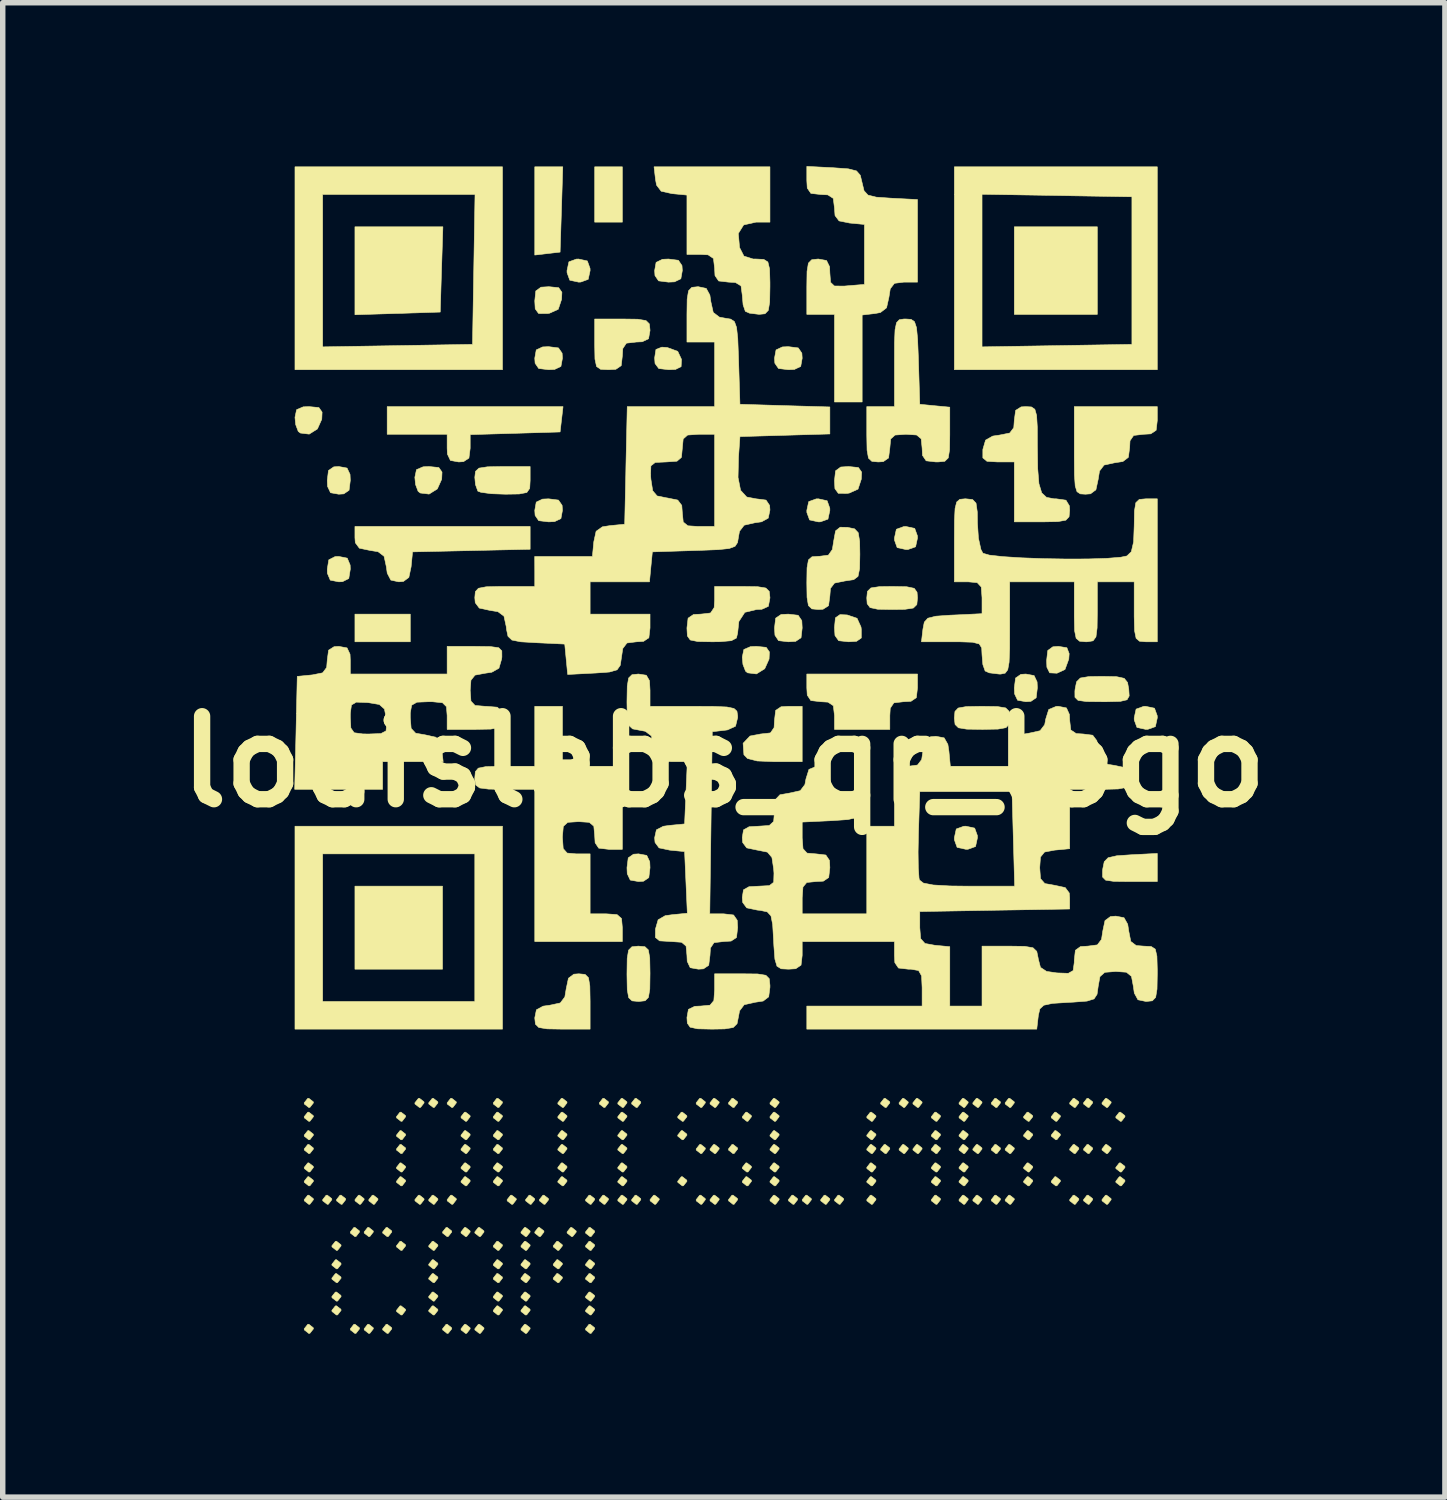
<source format=kicad_pcb>
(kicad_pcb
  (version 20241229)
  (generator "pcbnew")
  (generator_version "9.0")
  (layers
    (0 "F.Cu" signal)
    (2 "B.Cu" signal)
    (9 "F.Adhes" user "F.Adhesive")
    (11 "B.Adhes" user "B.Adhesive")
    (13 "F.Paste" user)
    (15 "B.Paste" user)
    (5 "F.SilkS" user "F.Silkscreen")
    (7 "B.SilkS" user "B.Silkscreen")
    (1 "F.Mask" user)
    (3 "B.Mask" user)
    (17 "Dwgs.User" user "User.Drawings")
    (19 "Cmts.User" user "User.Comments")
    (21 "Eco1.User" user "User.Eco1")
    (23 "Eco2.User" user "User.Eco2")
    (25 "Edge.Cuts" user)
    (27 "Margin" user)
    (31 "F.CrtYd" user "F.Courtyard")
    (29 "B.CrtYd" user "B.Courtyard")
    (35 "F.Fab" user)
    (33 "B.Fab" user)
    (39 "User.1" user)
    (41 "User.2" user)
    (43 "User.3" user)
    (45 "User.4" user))
  (footprint "louislabs_qr_logo"
    (layer "F.Cu")
    (at 10.24 10.935)
    (property "Reference" "louislabs_qr_logo" (at 0 0 0) (layer "F.SilkS") (effects (font (size 1.524 1.524) (thickness 0.3))))
    (attr through_hole)
    (fp_poly (pts (xy -5.757 -2.201) (xy -6.773 -2.201) (xy -6.773 -2.709) (xy -5.757 -2.709) (xy -5.757 -2.201)) (stroke (width 0.01) (type solid)) (fill yes) (layer "F.SilkS"))
    (fp_poly (pts (xy -5.165 3.81) (xy -6.773 3.81) (xy -6.773 2.286) (xy -5.165 2.286) (xy -5.165 3.81)) (stroke (width 0.01) (type solid)) (fill yes) (layer "F.SilkS"))
    (fp_poly (pts (xy -1.863 -9.906) (xy -2.371 -9.906) (xy -2.371 -10.922) (xy -1.863 -10.922) (xy -1.863 -9.906)) (stroke (width 0.01) (type solid)) (fill yes) (layer "F.SilkS"))
    (fp_poly (pts (xy 6.858 -8.213) (xy 5.334 -8.213) (xy 5.334 -9.821) (xy 6.858 -9.821) (xy 6.858 -8.213)) (stroke (width 0.01) (type solid)) (fill yes) (layer "F.SilkS"))
    (fp_poly (pts (xy -5.183 -9.038) (xy -5.207 -8.255) (xy -6.773 -8.206) (xy -6.773 -9.821) (xy -5.158 -9.821) (xy -5.183 -9.038)) (stroke (width 0.01) (type solid)) (fill yes) (layer "F.SilkS"))
    (fp_poly (pts (xy -2.981 -10.139) (xy -3.006 -9.356) (xy -3.239 -9.329) (xy -3.471 -9.302) (xy -3.471 -10.922) (xy -2.957 -10.922) (xy -2.981 -10.139)) (stroke (width 0.01) (type solid)) (fill yes) (layer "F.SilkS"))
    (fp_poly (pts (xy -7.538 6.245) (xy -7.535 6.265) (xy -7.6 6.348) (xy -7.62 6.35) (xy -7.702 6.286) (xy -7.705 6.265) (xy -7.64 6.183) (xy -7.62 6.181) (xy -7.538 6.245)) (stroke (width 0.01) (type solid)) (fill yes) (layer "F.SilkS"))
    (fp_poly (pts (xy -7.538 6.499) (xy -7.535 6.519) (xy -7.6 6.602) (xy -7.62 6.604) (xy -7.702 6.54) (xy -7.705 6.519) (xy -7.64 6.437) (xy -7.62 6.435) (xy -7.538 6.499)) (stroke (width 0.01) (type solid)) (fill yes) (layer "F.SilkS"))
    (fp_poly (pts (xy -7.538 6.838) (xy -7.535 6.858) (xy -7.6 6.94) (xy -7.62 6.943) (xy -7.702 6.878) (xy -7.705 6.858) (xy -7.64 6.776) (xy -7.62 6.773) (xy -7.538 6.838)) (stroke (width 0.01) (type solid)) (fill yes) (layer "F.SilkS"))
    (fp_poly (pts (xy -7.538 7.092) (xy -7.535 7.112) (xy -7.6 7.194) (xy -7.62 7.197) (xy -7.702 7.132) (xy -7.705 7.112) (xy -7.64 7.03) (xy -7.62 7.027) (xy -7.538 7.092)) (stroke (width 0.01) (type solid)) (fill yes) (layer "F.SilkS"))
    (fp_poly (pts (xy -7.538 7.43) (xy -7.535 7.451) (xy -7.6 7.533) (xy -7.62 7.535) (xy -7.702 7.471) (xy -7.705 7.451) (xy -7.64 7.368) (xy -7.62 7.366) (xy -7.538 7.43)) (stroke (width 0.01) (type solid)) (fill yes) (layer "F.SilkS"))
    (fp_poly (pts (xy -7.538 7.684) (xy -7.535 7.705) (xy -7.6 7.787) (xy -7.62 7.789) (xy -7.702 7.725) (xy -7.705 7.705) (xy -7.64 7.622) (xy -7.62 7.62) (xy -7.538 7.684)) (stroke (width 0.01) (type solid)) (fill yes) (layer "F.SilkS"))
    (fp_poly (pts (xy -7.538 8.023) (xy -7.535 8.043) (xy -7.6 8.126) (xy -7.62 8.128) (xy -7.702 8.064) (xy -7.705 8.043) (xy -7.64 7.961) (xy -7.62 7.959) (xy -7.538 8.023)) (stroke (width 0.01) (type solid)) (fill yes) (layer "F.SilkS"))
    (fp_poly (pts (xy -7.538 10.394) (xy -7.535 10.414) (xy -7.6 10.496) (xy -7.62 10.499) (xy -7.702 10.434) (xy -7.705 10.414) (xy -7.64 10.332) (xy -7.62 10.329) (xy -7.538 10.394)) (stroke (width 0.01) (type solid)) (fill yes) (layer "F.SilkS"))
    (fp_poly (pts (xy -7.199 8.023) (xy -7.197 8.043) (xy -7.261 8.126) (xy -7.281 8.128) (xy -7.364 8.064) (xy -7.366 8.043) (xy -7.302 7.961) (xy -7.281 7.959) (xy -7.199 8.023)) (stroke (width 0.01) (type solid)) (fill yes) (layer "F.SilkS"))
    (fp_poly (pts (xy -7.03 8.87) (xy -7.027 8.89) (xy -7.092 8.972) (xy -7.112 8.975) (xy -7.194 8.91) (xy -7.197 8.89) (xy -7.132 8.808) (xy -7.112 8.805) (xy -7.03 8.87)) (stroke (width 0.01) (type solid)) (fill yes) (layer "F.SilkS"))
    (fp_poly (pts (xy -7.03 9.208) (xy -7.027 9.229) (xy -7.092 9.311) (xy -7.112 9.313) (xy -7.194 9.249) (xy -7.197 9.229) (xy -7.132 9.146) (xy -7.112 9.144) (xy -7.03 9.208)) (stroke (width 0.01) (type solid)) (fill yes) (layer "F.SilkS"))
    (fp_poly (pts (xy -7.03 9.462) (xy -7.027 9.483) (xy -7.092 9.565) (xy -7.112 9.567) (xy -7.194 9.503) (xy -7.197 9.483) (xy -7.132 9.4) (xy -7.112 9.398) (xy -7.03 9.462)) (stroke (width 0.01) (type solid)) (fill yes) (layer "F.SilkS"))
    (fp_poly (pts (xy -7.03 9.801) (xy -7.027 9.821) (xy -7.092 9.904) (xy -7.112 9.906) (xy -7.194 9.842) (xy -7.197 9.821) (xy -7.132 9.739) (xy -7.112 9.737) (xy -7.03 9.801)) (stroke (width 0.01) (type solid)) (fill yes) (layer "F.SilkS"))
    (fp_poly (pts (xy -7.03 10.055) (xy -7.027 10.075) (xy -7.092 10.158) (xy -7.112 10.16) (xy -7.194 10.096) (xy -7.197 10.075) (xy -7.132 9.993) (xy -7.112 9.991) (xy -7.03 10.055)) (stroke (width 0.01) (type solid)) (fill yes) (layer "F.SilkS"))
    (fp_poly (pts (xy -6.945 8.023) (xy -6.943 8.043) (xy -7.007 8.126) (xy -7.027 8.128) (xy -7.11 8.064) (xy -7.112 8.043) (xy -7.048 7.961) (xy -7.027 7.959) (xy -6.945 8.023)) (stroke (width 0.01) (type solid)) (fill yes) (layer "F.SilkS"))
    (fp_poly (pts (xy -6.691 8.616) (xy -6.689 8.636) (xy -6.753 8.718) (xy -6.773 8.721) (xy -6.856 8.656) (xy -6.858 8.636) (xy -6.794 8.554) (xy -6.773 8.551) (xy -6.691 8.616)) (stroke (width 0.01) (type solid)) (fill yes) (layer "F.SilkS"))
    (fp_poly (pts (xy -6.691 10.394) (xy -6.689 10.414) (xy -6.753 10.496) (xy -6.773 10.499) (xy -6.856 10.434) (xy -6.858 10.414) (xy -6.794 10.332) (xy -6.773 10.329) (xy -6.691 10.394)) (stroke (width 0.01) (type solid)) (fill yes) (layer "F.SilkS"))
    (fp_poly (pts (xy -6.606 8.023) (xy -6.604 8.043) (xy -6.668 8.126) (xy -6.689 8.128) (xy -6.771 8.064) (xy -6.773 8.043) (xy -6.709 7.961) (xy -6.689 7.959) (xy -6.606 8.023)) (stroke (width 0.01) (type solid)) (fill yes) (layer "F.SilkS"))
    (fp_poly (pts (xy -6.437 8.616) (xy -6.435 8.636) (xy -6.499 8.718) (xy -6.519 8.721) (xy -6.602 8.656) (xy -6.604 8.636) (xy -6.54 8.554) (xy -6.519 8.551) (xy -6.437 8.616)) (stroke (width 0.01) (type solid)) (fill yes) (layer "F.SilkS"))
    (fp_poly (pts (xy -6.437 10.394) (xy -6.435 10.414) (xy -6.499 10.496) (xy -6.519 10.499) (xy -6.602 10.434) (xy -6.604 10.414) (xy -6.54 10.332) (xy -6.519 10.329) (xy -6.437 10.394)) (stroke (width 0.01) (type solid)) (fill yes) (layer "F.SilkS"))
    (fp_poly (pts (xy -6.352 8.023) (xy -6.35 8.043) (xy -6.414 8.126) (xy -6.435 8.128) (xy -6.517 8.064) (xy -6.519 8.043) (xy -6.455 7.961) (xy -6.435 7.959) (xy -6.352 8.023)) (stroke (width 0.01) (type solid)) (fill yes) (layer "F.SilkS"))
    (fp_poly (pts (xy -6.098 8.616) (xy -6.096 8.636) (xy -6.16 8.718) (xy -6.181 8.721) (xy -6.263 8.656) (xy -6.265 8.636) (xy -6.201 8.554) (xy -6.181 8.551) (xy -6.098 8.616)) (stroke (width 0.01) (type solid)) (fill yes) (layer "F.SilkS"))
    (fp_poly (pts (xy -6.098 10.394) (xy -6.096 10.414) (xy -6.16 10.496) (xy -6.181 10.499) (xy -6.263 10.434) (xy -6.265 10.414) (xy -6.201 10.332) (xy -6.181 10.329) (xy -6.098 10.394)) (stroke (width 0.01) (type solid)) (fill yes) (layer "F.SilkS"))
    (fp_poly (pts (xy -5.844 6.499) (xy -5.842 6.519) (xy -5.906 6.602) (xy -5.927 6.604) (xy -6.009 6.54) (xy -6.011 6.519) (xy -5.947 6.437) (xy -5.927 6.435) (xy -5.844 6.499)) (stroke (width 0.01) (type solid)) (fill yes) (layer "F.SilkS"))
    (fp_poly (pts (xy -5.844 6.838) (xy -5.842 6.858) (xy -5.906 6.94) (xy -5.927 6.943) (xy -6.009 6.878) (xy -6.011 6.858) (xy -5.947 6.776) (xy -5.927 6.773) (xy -5.844 6.838)) (stroke (width 0.01) (type solid)) (fill yes) (layer "F.SilkS"))
    (fp_poly (pts (xy -5.844 7.092) (xy -5.842 7.112) (xy -5.906 7.194) (xy -5.927 7.197) (xy -6.009 7.132) (xy -6.011 7.112) (xy -5.947 7.03) (xy -5.927 7.027) (xy -5.844 7.092)) (stroke (width 0.01) (type solid)) (fill yes) (layer "F.SilkS"))
    (fp_poly (pts (xy -5.844 7.43) (xy -5.842 7.451) (xy -5.906 7.533) (xy -5.927 7.535) (xy -6.009 7.471) (xy -6.011 7.451) (xy -5.947 7.368) (xy -5.927 7.366) (xy -5.844 7.43)) (stroke (width 0.01) (type solid)) (fill yes) (layer "F.SilkS"))
    (fp_poly (pts (xy -5.844 7.684) (xy -5.842 7.705) (xy -5.906 7.787) (xy -5.927 7.789) (xy -6.009 7.725) (xy -6.011 7.705) (xy -5.947 7.622) (xy -5.927 7.62) (xy -5.844 7.684)) (stroke (width 0.01) (type solid)) (fill yes) (layer "F.SilkS"))
    (fp_poly (pts (xy -5.844 8.87) (xy -5.842 8.89) (xy -5.906 8.972) (xy -5.927 8.975) (xy -6.009 8.91) (xy -6.011 8.89) (xy -5.947 8.808) (xy -5.927 8.805) (xy -5.844 8.87)) (stroke (width 0.01) (type solid)) (fill yes) (layer "F.SilkS"))
    (fp_poly (pts (xy -5.844 10.055) (xy -5.842 10.075) (xy -5.906 10.158) (xy -5.927 10.16) (xy -6.009 10.096) (xy -6.011 10.075) (xy -5.947 9.993) (xy -5.927 9.991) (xy -5.844 10.055)) (stroke (width 0.01) (type solid)) (fill yes) (layer "F.SilkS"))
    (fp_poly (pts (xy -5.506 6.245) (xy -5.503 6.265) (xy -5.568 6.348) (xy -5.588 6.35) (xy -5.67 6.286) (xy -5.673 6.265) (xy -5.608 6.183) (xy -5.588 6.181) (xy -5.506 6.245)) (stroke (width 0.01) (type solid)) (fill yes) (layer "F.SilkS"))
    (fp_poly (pts (xy -5.506 8.023) (xy -5.503 8.043) (xy -5.568 8.126) (xy -5.588 8.128) (xy -5.67 8.064) (xy -5.673 8.043) (xy -5.608 7.961) (xy -5.588 7.959) (xy -5.506 8.023)) (stroke (width 0.01) (type solid)) (fill yes) (layer "F.SilkS"))
    (fp_poly (pts (xy -5.252 6.245) (xy -5.249 6.265) (xy -5.314 6.348) (xy -5.334 6.35) (xy -5.416 6.286) (xy -5.419 6.265) (xy -5.354 6.183) (xy -5.334 6.181) (xy -5.252 6.245)) (stroke (width 0.01) (type solid)) (fill yes) (layer "F.SilkS"))
    (fp_poly (pts (xy -5.252 8.023) (xy -5.249 8.043) (xy -5.314 8.126) (xy -5.334 8.128) (xy -5.416 8.064) (xy -5.419 8.043) (xy -5.354 7.961) (xy -5.334 7.959) (xy -5.252 8.023)) (stroke (width 0.01) (type solid)) (fill yes) (layer "F.SilkS"))
    (fp_poly (pts (xy -5.252 8.87) (xy -5.249 8.89) (xy -5.314 8.972) (xy -5.334 8.975) (xy -5.416 8.91) (xy -5.419 8.89) (xy -5.354 8.808) (xy -5.334 8.805) (xy -5.252 8.87)) (stroke (width 0.01) (type solid)) (fill yes) (layer "F.SilkS"))
    (fp_poly (pts (xy -5.252 9.208) (xy -5.249 9.229) (xy -5.314 9.311) (xy -5.334 9.313) (xy -5.416 9.249) (xy -5.419 9.229) (xy -5.354 9.146) (xy -5.334 9.144) (xy -5.252 9.208)) (stroke (width 0.01) (type solid)) (fill yes) (layer "F.SilkS"))
    (fp_poly (pts (xy -5.252 9.462) (xy -5.249 9.483) (xy -5.314 9.565) (xy -5.334 9.567) (xy -5.416 9.503) (xy -5.419 9.483) (xy -5.354 9.4) (xy -5.334 9.398) (xy -5.252 9.462)) (stroke (width 0.01) (type solid)) (fill yes) (layer "F.SilkS"))
    (fp_poly (pts (xy -5.252 9.801) (xy -5.249 9.821) (xy -5.314 9.904) (xy -5.334 9.906) (xy -5.416 9.842) (xy -5.419 9.821) (xy -5.354 9.739) (xy -5.334 9.737) (xy -5.252 9.801)) (stroke (width 0.01) (type solid)) (fill yes) (layer "F.SilkS"))
    (fp_poly (pts (xy -5.252 10.055) (xy -5.249 10.075) (xy -5.314 10.158) (xy -5.334 10.16) (xy -5.416 10.096) (xy -5.419 10.075) (xy -5.354 9.993) (xy -5.334 9.991) (xy -5.252 10.055)) (stroke (width 0.01) (type solid)) (fill yes) (layer "F.SilkS"))
    (fp_poly (pts (xy -4.998 8.616) (xy -4.995 8.636) (xy -5.06 8.718) (xy -5.08 8.721) (xy -5.162 8.656) (xy -5.165 8.636) (xy -5.1 8.554) (xy -5.08 8.551) (xy -4.998 8.616)) (stroke (width 0.01) (type solid)) (fill yes) (layer "F.SilkS"))
    (fp_poly (pts (xy -4.998 10.394) (xy -4.995 10.414) (xy -5.06 10.496) (xy -5.08 10.499) (xy -5.162 10.434) (xy -5.165 10.414) (xy -5.1 10.332) (xy -5.08 10.329) (xy -4.998 10.394)) (stroke (width 0.01) (type solid)) (fill yes) (layer "F.SilkS"))
    (fp_poly (pts (xy -4.913 6.245) (xy -4.911 6.265) (xy -4.975 6.348) (xy -4.995 6.35) (xy -5.078 6.286) (xy -5.08 6.265) (xy -5.016 6.183) (xy -4.995 6.181) (xy -4.913 6.245)) (stroke (width 0.01) (type solid)) (fill yes) (layer "F.SilkS"))
    (fp_poly (pts (xy -4.913 8.023) (xy -4.911 8.043) (xy -4.975 8.126) (xy -4.995 8.128) (xy -5.078 8.064) (xy -5.08 8.043) (xy -5.016 7.961) (xy -4.995 7.959) (xy -4.913 8.023)) (stroke (width 0.01) (type solid)) (fill yes) (layer "F.SilkS"))
    (fp_poly (pts (xy -4.659 6.499) (xy -4.657 6.519) (xy -4.721 6.602) (xy -4.741 6.604) (xy -4.824 6.54) (xy -4.826 6.519) (xy -4.762 6.437) (xy -4.741 6.435) (xy -4.659 6.499)) (stroke (width 0.01) (type solid)) (fill yes) (layer "F.SilkS"))
    (fp_poly (pts (xy -4.659 6.838) (xy -4.657 6.858) (xy -4.721 6.94) (xy -4.741 6.943) (xy -4.824 6.878) (xy -4.826 6.858) (xy -4.762 6.776) (xy -4.741 6.773) (xy -4.659 6.838)) (stroke (width 0.01) (type solid)) (fill yes) (layer "F.SilkS"))
    (fp_poly (pts (xy -4.659 7.092) (xy -4.657 7.112) (xy -4.721 7.194) (xy -4.741 7.197) (xy -4.824 7.132) (xy -4.826 7.112) (xy -4.762 7.03) (xy -4.741 7.027) (xy -4.659 7.092)) (stroke (width 0.01) (type solid)) (fill yes) (layer "F.SilkS"))
    (fp_poly (pts (xy -4.659 7.43) (xy -4.657 7.451) (xy -4.721 7.533) (xy -4.741 7.535) (xy -4.824 7.471) (xy -4.826 7.451) (xy -4.762 7.368) (xy -4.741 7.366) (xy -4.659 7.43)) (stroke (width 0.01) (type solid)) (fill yes) (layer "F.SilkS"))
    (fp_poly (pts (xy -4.659 7.684) (xy -4.657 7.705) (xy -4.721 7.787) (xy -4.741 7.789) (xy -4.824 7.725) (xy -4.826 7.705) (xy -4.762 7.622) (xy -4.741 7.62) (xy -4.659 7.684)) (stroke (width 0.01) (type solid)) (fill yes) (layer "F.SilkS"))
    (fp_poly (pts (xy -4.659 8.616) (xy -4.657 8.636) (xy -4.721 8.718) (xy -4.741 8.721) (xy -4.824 8.656) (xy -4.826 8.636) (xy -4.762 8.554) (xy -4.741 8.551) (xy -4.659 8.616)) (stroke (width 0.01) (type solid)) (fill yes) (layer "F.SilkS"))
    (fp_poly (pts (xy -4.659 10.394) (xy -4.657 10.414) (xy -4.721 10.496) (xy -4.741 10.499) (xy -4.824 10.434) (xy -4.826 10.414) (xy -4.762 10.332) (xy -4.741 10.329) (xy -4.659 10.394)) (stroke (width 0.01) (type solid)) (fill yes) (layer "F.SilkS"))
    (fp_poly (pts (xy -4.405 8.616) (xy -4.403 8.636) (xy -4.467 8.718) (xy -4.487 8.721) (xy -4.57 8.656) (xy -4.572 8.636) (xy -4.508 8.554) (xy -4.487 8.551) (xy -4.405 8.616)) (stroke (width 0.01) (type solid)) (fill yes) (layer "F.SilkS"))
    (fp_poly (pts (xy -4.405 10.394) (xy -4.403 10.414) (xy -4.467 10.496) (xy -4.487 10.499) (xy -4.57 10.434) (xy -4.572 10.414) (xy -4.508 10.332) (xy -4.487 10.329) (xy -4.405 10.394)) (stroke (width 0.01) (type solid)) (fill yes) (layer "F.SilkS"))
    (fp_poly (pts (xy -4.066 6.245) (xy -4.064 6.265) (xy -4.128 6.348) (xy -4.149 6.35) (xy -4.231 6.286) (xy -4.233 6.265) (xy -4.169 6.183) (xy -4.149 6.181) (xy -4.066 6.245)) (stroke (width 0.01) (type solid)) (fill yes) (layer "F.SilkS"))
    (fp_poly (pts (xy -4.066 6.499) (xy -4.064 6.519) (xy -4.128 6.602) (xy -4.149 6.604) (xy -4.231 6.54) (xy -4.233 6.519) (xy -4.169 6.437) (xy -4.149 6.435) (xy -4.066 6.499)) (stroke (width 0.01) (type solid)) (fill yes) (layer "F.SilkS"))
    (fp_poly (pts (xy -4.066 6.838) (xy -4.064 6.858) (xy -4.128 6.94) (xy -4.149 6.943) (xy -4.231 6.878) (xy -4.233 6.858) (xy -4.169 6.776) (xy -4.149 6.773) (xy -4.066 6.838)) (stroke (width 0.01) (type solid)) (fill yes) (layer "F.SilkS"))
    (fp_poly (pts (xy -4.066 7.092) (xy -4.064 7.112) (xy -4.128 7.194) (xy -4.149 7.197) (xy -4.231 7.132) (xy -4.233 7.112) (xy -4.169 7.03) (xy -4.149 7.027) (xy -4.066 7.092)) (stroke (width 0.01) (type solid)) (fill yes) (layer "F.SilkS"))
    (fp_poly (pts (xy -4.066 7.43) (xy -4.064 7.451) (xy -4.128 7.533) (xy -4.149 7.535) (xy -4.231 7.471) (xy -4.233 7.451) (xy -4.169 7.368) (xy -4.149 7.366) (xy -4.066 7.43)) (stroke (width 0.01) (type solid)) (fill yes) (layer "F.SilkS"))
    (fp_poly (pts (xy -4.066 7.684) (xy -4.064 7.705) (xy -4.128 7.787) (xy -4.149 7.789) (xy -4.231 7.725) (xy -4.233 7.705) (xy -4.169 7.622) (xy -4.149 7.62) (xy -4.066 7.684)) (stroke (width 0.01) (type solid)) (fill yes) (layer "F.SilkS"))
    (fp_poly (pts (xy -4.066 8.87) (xy -4.064 8.89) (xy -4.128 8.972) (xy -4.149 8.975) (xy -4.231 8.91) (xy -4.233 8.89) (xy -4.169 8.808) (xy -4.149 8.805) (xy -4.066 8.87)) (stroke (width 0.01) (type solid)) (fill yes) (layer "F.SilkS"))
    (fp_poly (pts (xy -4.066 9.208) (xy -4.064 9.229) (xy -4.128 9.311) (xy -4.149 9.313) (xy -4.231 9.249) (xy -4.233 9.229) (xy -4.169 9.146) (xy -4.149 9.144) (xy -4.066 9.208)) (stroke (width 0.01) (type solid)) (fill yes) (layer "F.SilkS"))
    (fp_poly (pts (xy -4.066 9.462) (xy -4.064 9.483) (xy -4.128 9.565) (xy -4.149 9.567) (xy -4.231 9.503) (xy -4.233 9.483) (xy -4.169 9.4) (xy -4.149 9.398) (xy -4.066 9.462)) (stroke (width 0.01) (type solid)) (fill yes) (layer "F.SilkS"))
    (fp_poly (pts (xy -4.066 9.801) (xy -4.064 9.821) (xy -4.128 9.904) (xy -4.149 9.906) (xy -4.231 9.842) (xy -4.233 9.821) (xy -4.169 9.739) (xy -4.149 9.737) (xy -4.066 9.801)) (stroke (width 0.01) (type solid)) (fill yes) (layer "F.SilkS"))
    (fp_poly (pts (xy -4.066 10.055) (xy -4.064 10.075) (xy -4.128 10.158) (xy -4.149 10.16) (xy -4.231 10.096) (xy -4.233 10.075) (xy -4.169 9.993) (xy -4.149 9.991) (xy -4.066 10.055)) (stroke (width 0.01) (type solid)) (fill yes) (layer "F.SilkS"))
    (fp_poly (pts (xy -3.812 8.023) (xy -3.81 8.043) (xy -3.874 8.126) (xy -3.895 8.128) (xy -3.977 8.064) (xy -3.979 8.043) (xy -3.915 7.961) (xy -3.895 7.959) (xy -3.812 8.023)) (stroke (width 0.01) (type solid)) (fill yes) (layer "F.SilkS"))
    (fp_poly (pts (xy -3.558 8.616) (xy -3.556 8.636) (xy -3.62 8.718) (xy -3.641 8.721) (xy -3.723 8.656) (xy -3.725 8.636) (xy -3.661 8.554) (xy -3.641 8.551) (xy -3.558 8.616)) (stroke (width 0.01) (type solid)) (fill yes) (layer "F.SilkS"))
    (fp_poly (pts (xy -3.558 8.87) (xy -3.556 8.89) (xy -3.62 8.972) (xy -3.641 8.975) (xy -3.723 8.91) (xy -3.725 8.89) (xy -3.661 8.808) (xy -3.641 8.805) (xy -3.558 8.87)) (stroke (width 0.01) (type solid)) (fill yes) (layer "F.SilkS"))
    (fp_poly (pts (xy -3.558 9.208) (xy -3.556 9.229) (xy -3.62 9.311) (xy -3.641 9.313) (xy -3.723 9.249) (xy -3.725 9.229) (xy -3.661 9.146) (xy -3.641 9.144) (xy -3.558 9.208)) (stroke (width 0.01) (type solid)) (fill yes) (layer "F.SilkS"))
    (fp_poly (pts (xy -3.558 9.462) (xy -3.556 9.483) (xy -3.62 9.565) (xy -3.641 9.567) (xy -3.723 9.503) (xy -3.725 9.483) (xy -3.661 9.4) (xy -3.641 9.398) (xy -3.558 9.462)) (stroke (width 0.01) (type solid)) (fill yes) (layer "F.SilkS"))
    (fp_poly (pts (xy -3.558 9.801) (xy -3.556 9.821) (xy -3.62 9.904) (xy -3.641 9.906) (xy -3.723 9.842) (xy -3.725 9.821) (xy -3.661 9.739) (xy -3.641 9.737) (xy -3.558 9.801)) (stroke (width 0.01) (type solid)) (fill yes) (layer "F.SilkS"))
    (fp_poly (pts (xy -3.558 10.055) (xy -3.556 10.075) (xy -3.62 10.158) (xy -3.641 10.16) (xy -3.723 10.096) (xy -3.725 10.075) (xy -3.661 9.993) (xy -3.641 9.991) (xy -3.558 10.055)) (stroke (width 0.01) (type solid)) (fill yes) (layer "F.SilkS"))
    (fp_poly (pts (xy -3.558 10.394) (xy -3.556 10.414) (xy -3.62 10.496) (xy -3.641 10.499) (xy -3.723 10.434) (xy -3.725 10.414) (xy -3.661 10.332) (xy -3.641 10.329) (xy -3.558 10.394)) (stroke (width 0.01) (type solid)) (fill yes) (layer "F.SilkS"))
    (fp_poly (pts (xy -3.474 8.023) (xy -3.471 8.043) (xy -3.536 8.126) (xy -3.556 8.128) (xy -3.638 8.064) (xy -3.641 8.043) (xy -3.576 7.961) (xy -3.556 7.959) (xy -3.474 8.023)) (stroke (width 0.01) (type solid)) (fill yes) (layer "F.SilkS"))
    (fp_poly (pts (xy -3.304 8.616) (xy -3.302 8.636) (xy -3.366 8.718) (xy -3.387 8.721) (xy -3.469 8.656) (xy -3.471 8.636) (xy -3.407 8.554) (xy -3.387 8.551) (xy -3.304 8.616)) (stroke (width 0.01) (type solid)) (fill yes) (layer "F.SilkS"))
    (fp_poly (pts (xy -3.22 8.023) (xy -3.217 8.043) (xy -3.282 8.126) (xy -3.302 8.128) (xy -3.384 8.064) (xy -3.387 8.043) (xy -3.322 7.961) (xy -3.302 7.959) (xy -3.22 8.023)) (stroke (width 0.01) (type solid)) (fill yes) (layer "F.SilkS"))
    (fp_poly (pts (xy -2.966 8.87) (xy -2.963 8.89) (xy -3.028 8.972) (xy -3.048 8.975) (xy -3.13 8.91) (xy -3.133 8.89) (xy -3.068 8.808) (xy -3.048 8.805) (xy -2.966 8.87)) (stroke (width 0.01) (type solid)) (fill yes) (layer "F.SilkS"))
    (fp_poly (pts (xy -2.966 9.208) (xy -2.963 9.229) (xy -3.028 9.311) (xy -3.048 9.313) (xy -3.13 9.249) (xy -3.133 9.229) (xy -3.068 9.146) (xy -3.048 9.144) (xy -2.966 9.208)) (stroke (width 0.01) (type solid)) (fill yes) (layer "F.SilkS"))
    (fp_poly (pts (xy -2.966 9.462) (xy -2.963 9.483) (xy -3.028 9.565) (xy -3.048 9.567) (xy -3.13 9.503) (xy -3.133 9.483) (xy -3.068 9.4) (xy -3.048 9.398) (xy -2.966 9.462)) (stroke (width 0.01) (type solid)) (fill yes) (layer "F.SilkS"))
    (fp_poly (pts (xy -2.881 6.245) (xy -2.879 6.265) (xy -2.943 6.348) (xy -2.963 6.35) (xy -3.046 6.286) (xy -3.048 6.265) (xy -2.984 6.183) (xy -2.963 6.181) (xy -2.881 6.245)) (stroke (width 0.01) (type solid)) (fill yes) (layer "F.SilkS"))
    (fp_poly (pts (xy -2.881 6.499) (xy -2.879 6.519) (xy -2.943 6.602) (xy -2.963 6.604) (xy -3.046 6.54) (xy -3.048 6.519) (xy -2.984 6.437) (xy -2.963 6.435) (xy -2.881 6.499)) (stroke (width 0.01) (type solid)) (fill yes) (layer "F.SilkS"))
    (fp_poly (pts (xy -2.881 6.838) (xy -2.879 6.858) (xy -2.943 6.94) (xy -2.963 6.943) (xy -3.046 6.878) (xy -3.048 6.858) (xy -2.984 6.776) (xy -2.963 6.773) (xy -2.881 6.838)) (stroke (width 0.01) (type solid)) (fill yes) (layer "F.SilkS"))
    (fp_poly (pts (xy -2.881 7.092) (xy -2.879 7.112) (xy -2.943 7.194) (xy -2.963 7.197) (xy -3.046 7.132) (xy -3.048 7.112) (xy -2.984 7.03) (xy -2.963 7.027) (xy -2.881 7.092)) (stroke (width 0.01) (type solid)) (fill yes) (layer "F.SilkS"))
    (fp_poly (pts (xy -2.881 7.43) (xy -2.879 7.451) (xy -2.943 7.533) (xy -2.963 7.535) (xy -3.046 7.471) (xy -3.048 7.451) (xy -2.984 7.368) (xy -2.963 7.366) (xy -2.881 7.43)) (stroke (width 0.01) (type solid)) (fill yes) (layer "F.SilkS"))
    (fp_poly (pts (xy -2.881 7.684) (xy -2.879 7.705) (xy -2.943 7.787) (xy -2.963 7.789) (xy -3.046 7.725) (xy -3.048 7.705) (xy -2.984 7.622) (xy -2.963 7.62) (xy -2.881 7.684)) (stroke (width 0.01) (type solid)) (fill yes) (layer "F.SilkS"))
    (fp_poly (pts (xy -2.712 8.616) (xy -2.709 8.636) (xy -2.774 8.718) (xy -2.794 8.721) (xy -2.876 8.656) (xy -2.879 8.636) (xy -2.814 8.554) (xy -2.794 8.551) (xy -2.712 8.616)) (stroke (width 0.01) (type solid)) (fill yes) (layer "F.SilkS"))
    (fp_poly (pts (xy -2.373 8.023) (xy -2.371 8.043) (xy -2.435 8.126) (xy -2.455 8.128) (xy -2.538 8.064) (xy -2.54 8.043) (xy -2.476 7.961) (xy -2.455 7.959) (xy -2.373 8.023)) (stroke (width 0.01) (type solid)) (fill yes) (layer "F.SilkS"))
    (fp_poly (pts (xy -2.373 8.616) (xy -2.371 8.636) (xy -2.435 8.718) (xy -2.455 8.721) (xy -2.538 8.656) (xy -2.54 8.636) (xy -2.476 8.554) (xy -2.455 8.551) (xy -2.373 8.616)) (stroke (width 0.01) (type solid)) (fill yes) (layer "F.SilkS"))
    (fp_poly (pts (xy -2.373 8.87) (xy -2.371 8.89) (xy -2.435 8.972) (xy -2.455 8.975) (xy -2.538 8.91) (xy -2.54 8.89) (xy -2.476 8.808) (xy -2.455 8.805) (xy -2.373 8.87)) (stroke (width 0.01) (type solid)) (fill yes) (layer "F.SilkS"))
    (fp_poly (pts (xy -2.373 9.208) (xy -2.371 9.229) (xy -2.435 9.311) (xy -2.455 9.313) (xy -2.538 9.249) (xy -2.54 9.229) (xy -2.476 9.146) (xy -2.455 9.144) (xy -2.373 9.208)) (stroke (width 0.01) (type solid)) (fill yes) (layer "F.SilkS"))
    (fp_poly (pts (xy -2.373 9.462) (xy -2.371 9.483) (xy -2.435 9.565) (xy -2.455 9.567) (xy -2.538 9.503) (xy -2.54 9.483) (xy -2.476 9.4) (xy -2.455 9.398) (xy -2.373 9.462)) (stroke (width 0.01) (type solid)) (fill yes) (layer "F.SilkS"))
    (fp_poly (pts (xy -2.373 9.801) (xy -2.371 9.821) (xy -2.435 9.904) (xy -2.455 9.906) (xy -2.538 9.842) (xy -2.54 9.821) (xy -2.476 9.739) (xy -2.455 9.737) (xy -2.373 9.801)) (stroke (width 0.01) (type solid)) (fill yes) (layer "F.SilkS"))
    (fp_poly (pts (xy -2.373 10.055) (xy -2.371 10.075) (xy -2.435 10.158) (xy -2.455 10.16) (xy -2.538 10.096) (xy -2.54 10.075) (xy -2.476 9.993) (xy -2.455 9.991) (xy -2.373 10.055)) (stroke (width 0.01) (type solid)) (fill yes) (layer "F.SilkS"))
    (fp_poly (pts (xy -2.373 10.394) (xy -2.371 10.414) (xy -2.435 10.496) (xy -2.455 10.499) (xy -2.538 10.434) (xy -2.54 10.414) (xy -2.476 10.332) (xy -2.455 10.329) (xy -2.373 10.394)) (stroke (width 0.01) (type solid)) (fill yes) (layer "F.SilkS"))
    (fp_poly (pts (xy -2.119 6.245) (xy -2.117 6.265) (xy -2.181 6.348) (xy -2.201 6.35) (xy -2.284 6.286) (xy -2.286 6.265) (xy -2.222 6.183) (xy -2.201 6.181) (xy -2.119 6.245)) (stroke (width 0.01) (type solid)) (fill yes) (layer "F.SilkS"))
    (fp_poly (pts (xy -2.119 8.023) (xy -2.117 8.043) (xy -2.181 8.126) (xy -2.201 8.128) (xy -2.284 8.064) (xy -2.286 8.043) (xy -2.222 7.961) (xy -2.201 7.959) (xy -2.119 8.023)) (stroke (width 0.01) (type solid)) (fill yes) (layer "F.SilkS"))
    (fp_poly (pts (xy -1.78 6.245) (xy -1.778 6.265) (xy -1.842 6.348) (xy -1.863 6.35) (xy -1.945 6.286) (xy -1.947 6.265) (xy -1.883 6.183) (xy -1.863 6.181) (xy -1.78 6.245)) (stroke (width 0.01) (type solid)) (fill yes) (layer "F.SilkS"))
    (fp_poly (pts (xy -1.78 6.499) (xy -1.778 6.519) (xy -1.842 6.602) (xy -1.863 6.604) (xy -1.945 6.54) (xy -1.947 6.519) (xy -1.883 6.437) (xy -1.863 6.435) (xy -1.78 6.499)) (stroke (width 0.01) (type solid)) (fill yes) (layer "F.SilkS"))
    (fp_poly (pts (xy -1.78 6.838) (xy -1.778 6.858) (xy -1.842 6.94) (xy -1.863 6.943) (xy -1.945 6.878) (xy -1.947 6.858) (xy -1.883 6.776) (xy -1.863 6.773) (xy -1.78 6.838)) (stroke (width 0.01) (type solid)) (fill yes) (layer "F.SilkS"))
    (fp_poly (pts (xy -1.78 7.092) (xy -1.778 7.112) (xy -1.842 7.194) (xy -1.863 7.197) (xy -1.945 7.132) (xy -1.947 7.112) (xy -1.883 7.03) (xy -1.863 7.027) (xy -1.78 7.092)) (stroke (width 0.01) (type solid)) (fill yes) (layer "F.SilkS"))
    (fp_poly (pts (xy -1.78 7.43) (xy -1.778 7.451) (xy -1.842 7.533) (xy -1.863 7.535) (xy -1.945 7.471) (xy -1.947 7.451) (xy -1.883 7.368) (xy -1.863 7.366) (xy -1.78 7.43)) (stroke (width 0.01) (type solid)) (fill yes) (layer "F.SilkS"))
    (fp_poly (pts (xy -1.78 7.684) (xy -1.778 7.705) (xy -1.842 7.787) (xy -1.863 7.789) (xy -1.945 7.725) (xy -1.947 7.705) (xy -1.883 7.622) (xy -1.863 7.62) (xy -1.78 7.684)) (stroke (width 0.01) (type solid)) (fill yes) (layer "F.SilkS"))
    (fp_poly (pts (xy -1.78 8.023) (xy -1.778 8.043) (xy -1.842 8.126) (xy -1.863 8.128) (xy -1.945 8.064) (xy -1.947 8.043) (xy -1.883 7.961) (xy -1.863 7.959) (xy -1.78 8.023)) (stroke (width 0.01) (type solid)) (fill yes) (layer "F.SilkS"))
    (fp_poly (pts (xy -1.526 6.245) (xy -1.524 6.265) (xy -1.588 6.348) (xy -1.609 6.35) (xy -1.691 6.286) (xy -1.693 6.265) (xy -1.629 6.183) (xy -1.609 6.181) (xy -1.526 6.245)) (stroke (width 0.01) (type solid)) (fill yes) (layer "F.SilkS"))
    (fp_poly (pts (xy -1.526 8.023) (xy -1.524 8.043) (xy -1.588 8.126) (xy -1.609 8.128) (xy -1.691 8.064) (xy -1.693 8.043) (xy -1.629 7.961) (xy -1.609 7.959) (xy -1.526 8.023)) (stroke (width 0.01) (type solid)) (fill yes) (layer "F.SilkS"))
    (fp_poly (pts (xy -1.188 8.023) (xy -1.185 8.043) (xy -1.25 8.126) (xy -1.27 8.128) (xy -1.352 8.064) (xy -1.355 8.043) (xy -1.29 7.961) (xy -1.27 7.959) (xy -1.188 8.023)) (stroke (width 0.01) (type solid)) (fill yes) (layer "F.SilkS"))
    (fp_poly (pts (xy -0.68 6.499) (xy -0.677 6.519) (xy -0.742 6.602) (xy -0.762 6.604) (xy -0.844 6.54) (xy -0.847 6.519) (xy -0.782 6.437) (xy -0.762 6.435) (xy -0.68 6.499)) (stroke (width 0.01) (type solid)) (fill yes) (layer "F.SilkS"))
    (fp_poly (pts (xy -0.68 6.838) (xy -0.677 6.858) (xy -0.742 6.94) (xy -0.762 6.943) (xy -0.844 6.878) (xy -0.847 6.858) (xy -0.782 6.776) (xy -0.762 6.773) (xy -0.68 6.838)) (stroke (width 0.01) (type solid)) (fill yes) (layer "F.SilkS"))
    (fp_poly (pts (xy -0.68 7.684) (xy -0.677 7.705) (xy -0.742 7.787) (xy -0.762 7.789) (xy -0.844 7.725) (xy -0.847 7.705) (xy -0.782 7.622) (xy -0.762 7.62) (xy -0.68 7.684)) (stroke (width 0.01) (type solid)) (fill yes) (layer "F.SilkS"))
    (fp_poly (pts (xy -0.341 6.245) (xy -0.339 6.265) (xy -0.403 6.348) (xy -0.423 6.35) (xy -0.506 6.286) (xy -0.508 6.265) (xy -0.444 6.183) (xy -0.423 6.181) (xy -0.341 6.245)) (stroke (width 0.01) (type solid)) (fill yes) (layer "F.SilkS"))
    (fp_poly (pts (xy -0.341 7.092) (xy -0.339 7.112) (xy -0.403 7.194) (xy -0.423 7.197) (xy -0.506 7.132) (xy -0.508 7.112) (xy -0.444 7.03) (xy -0.423 7.027) (xy -0.341 7.092)) (stroke (width 0.01) (type solid)) (fill yes) (layer "F.SilkS"))
    (fp_poly (pts (xy -0.341 8.023) (xy -0.339 8.043) (xy -0.403 8.126) (xy -0.423 8.128) (xy -0.506 8.064) (xy -0.508 8.043) (xy -0.444 7.961) (xy -0.423 7.959) (xy -0.341 8.023)) (stroke (width 0.01) (type solid)) (fill yes) (layer "F.SilkS"))
    (fp_poly (pts (xy -0.087 6.245) (xy -0.085 6.265) (xy -0.149 6.348) (xy -0.169 6.35) (xy -0.252 6.286) (xy -0.254 6.265) (xy -0.19 6.183) (xy -0.169 6.181) (xy -0.087 6.245)) (stroke (width 0.01) (type solid)) (fill yes) (layer "F.SilkS"))
    (fp_poly (pts (xy -0.087 7.092) (xy -0.085 7.112) (xy -0.149 7.194) (xy -0.169 7.197) (xy -0.252 7.132) (xy -0.254 7.112) (xy -0.19 7.03) (xy -0.169 7.027) (xy -0.087 7.092)) (stroke (width 0.01) (type solid)) (fill yes) (layer "F.SilkS"))
    (fp_poly (pts (xy -0.087 8.023) (xy -0.085 8.043) (xy -0.149 8.126) (xy -0.169 8.128) (xy -0.252 8.064) (xy -0.254 8.043) (xy -0.19 7.961) (xy -0.169 7.959) (xy -0.087 8.023)) (stroke (width 0.01) (type solid)) (fill yes) (layer "F.SilkS"))
    (fp_poly (pts (xy 0.252 6.245) (xy 0.254 6.265) (xy 0.19 6.348) (xy 0.169 6.35) (xy 0.087 6.286) (xy 0.085 6.265) (xy 0.149 6.183) (xy 0.169 6.181) (xy 0.252 6.245)) (stroke (width 0.01) (type solid)) (fill yes) (layer "F.SilkS"))
    (fp_poly (pts (xy 0.252 7.092) (xy 0.254 7.112) (xy 0.19 7.194) (xy 0.169 7.197) (xy 0.087 7.132) (xy 0.085 7.112) (xy 0.149 7.03) (xy 0.169 7.027) (xy 0.252 7.092)) (stroke (width 0.01) (type solid)) (fill yes) (layer "F.SilkS"))
    (fp_poly (pts (xy 0.252 8.023) (xy 0.254 8.043) (xy 0.19 8.126) (xy 0.169 8.128) (xy 0.087 8.064) (xy 0.085 8.043) (xy 0.149 7.961) (xy 0.169 7.959) (xy 0.252 8.023)) (stroke (width 0.01) (type solid)) (fill yes) (layer "F.SilkS"))
    (fp_poly (pts (xy 0.506 6.499) (xy 0.508 6.519) (xy 0.444 6.602) (xy 0.423 6.604) (xy 0.341 6.54) (xy 0.339 6.519) (xy 0.403 6.437) (xy 0.423 6.435) (xy 0.506 6.499)) (stroke (width 0.01) (type solid)) (fill yes) (layer "F.SilkS"))
    (fp_poly (pts (xy 0.506 7.43) (xy 0.508 7.451) (xy 0.444 7.533) (xy 0.423 7.535) (xy 0.341 7.471) (xy 0.339 7.451) (xy 0.403 7.368) (xy 0.423 7.366) (xy 0.506 7.43)) (stroke (width 0.01) (type solid)) (fill yes) (layer "F.SilkS"))
    (fp_poly (pts (xy 0.506 7.684) (xy 0.508 7.705) (xy 0.444 7.787) (xy 0.423 7.789) (xy 0.341 7.725) (xy 0.339 7.705) (xy 0.403 7.622) (xy 0.423 7.62) (xy 0.506 7.684)) (stroke (width 0.01) (type solid)) (fill yes) (layer "F.SilkS"))
    (fp_poly (pts (xy 1.014 6.245) (xy 1.016 6.265) (xy 0.952 6.348) (xy 0.931 6.35) (xy 0.849 6.286) (xy 0.847 6.265) (xy 0.911 6.183) (xy 0.931 6.181) (xy 1.014 6.245)) (stroke (width 0.01) (type solid)) (fill yes) (layer "F.SilkS"))
    (fp_poly (pts (xy 1.014 6.499) (xy 1.016 6.519) (xy 0.952 6.602) (xy 0.931 6.604) (xy 0.849 6.54) (xy 0.847 6.519) (xy 0.911 6.437) (xy 0.931 6.435) (xy 1.014 6.499)) (stroke (width 0.01) (type solid)) (fill yes) (layer "F.SilkS"))
    (fp_poly (pts (xy 1.014 6.838) (xy 1.016 6.858) (xy 0.952 6.94) (xy 0.931 6.943) (xy 0.849 6.878) (xy 0.847 6.858) (xy 0.911 6.776) (xy 0.931 6.773) (xy 1.014 6.838)) (stroke (width 0.01) (type solid)) (fill yes) (layer "F.SilkS"))
    (fp_poly (pts (xy 1.014 7.092) (xy 1.016 7.112) (xy 0.952 7.194) (xy 0.931 7.197) (xy 0.849 7.132) (xy 0.847 7.112) (xy 0.911 7.03) (xy 0.931 7.027) (xy 1.014 7.092)) (stroke (width 0.01) (type solid)) (fill yes) (layer "F.SilkS"))
    (fp_poly (pts (xy 1.014 7.43) (xy 1.016 7.451) (xy 0.952 7.533) (xy 0.931 7.535) (xy 0.849 7.471) (xy 0.847 7.451) (xy 0.911 7.368) (xy 0.931 7.366) (xy 1.014 7.43)) (stroke (width 0.01) (type solid)) (fill yes) (layer "F.SilkS"))
    (fp_poly (pts (xy 1.014 7.684) (xy 1.016 7.705) (xy 0.952 7.787) (xy 0.931 7.789) (xy 0.849 7.725) (xy 0.847 7.705) (xy 0.911 7.622) (xy 0.931 7.62) (xy 1.014 7.684)) (stroke (width 0.01) (type solid)) (fill yes) (layer "F.SilkS"))
    (fp_poly (pts (xy 1.014 8.023) (xy 1.016 8.043) (xy 0.952 8.126) (xy 0.931 8.128) (xy 0.849 8.064) (xy 0.847 8.043) (xy 0.911 7.961) (xy 0.931 7.959) (xy 1.014 8.023)) (stroke (width 0.01) (type solid)) (fill yes) (layer "F.SilkS"))
    (fp_poly (pts (xy 1.352 8.023) (xy 1.355 8.043) (xy 1.29 8.126) (xy 1.27 8.128) (xy 1.188 8.064) (xy 1.185 8.043) (xy 1.25 7.961) (xy 1.27 7.959) (xy 1.352 8.023)) (stroke (width 0.01) (type solid)) (fill yes) (layer "F.SilkS"))
    (fp_poly (pts (xy 1.606 8.023) (xy 1.609 8.043) (xy 1.544 8.126) (xy 1.524 8.128) (xy 1.442 8.064) (xy 1.439 8.043) (xy 1.504 7.961) (xy 1.524 7.959) (xy 1.606 8.023)) (stroke (width 0.01) (type solid)) (fill yes) (layer "F.SilkS"))
    (fp_poly (pts (xy 1.945 8.023) (xy 1.947 8.043) (xy 1.883 8.126) (xy 1.863 8.128) (xy 1.78 8.064) (xy 1.778 8.043) (xy 1.842 7.961) (xy 1.863 7.959) (xy 1.945 8.023)) (stroke (width 0.01) (type solid)) (fill yes) (layer "F.SilkS"))
    (fp_poly (pts (xy 2.199 8.023) (xy 2.201 8.043) (xy 2.137 8.126) (xy 2.117 8.128) (xy 2.034 8.064) (xy 2.032 8.043) (xy 2.096 7.961) (xy 2.117 7.959) (xy 2.199 8.023)) (stroke (width 0.01) (type solid)) (fill yes) (layer "F.SilkS"))
    (fp_poly (pts (xy 2.792 6.499) (xy 2.794 6.519) (xy 2.73 6.602) (xy 2.709 6.604) (xy 2.627 6.54) (xy 2.625 6.519) (xy 2.689 6.437) (xy 2.709 6.435) (xy 2.792 6.499)) (stroke (width 0.01) (type solid)) (fill yes) (layer "F.SilkS"))
    (fp_poly (pts (xy 2.792 6.838) (xy 2.794 6.858) (xy 2.73 6.94) (xy 2.709 6.943) (xy 2.627 6.878) (xy 2.625 6.858) (xy 2.689 6.776) (xy 2.709 6.773) (xy 2.792 6.838)) (stroke (width 0.01) (type solid)) (fill yes) (layer "F.SilkS"))
    (fp_poly (pts (xy 2.792 7.092) (xy 2.794 7.112) (xy 2.73 7.194) (xy 2.709 7.197) (xy 2.627 7.132) (xy 2.625 7.112) (xy 2.689 7.03) (xy 2.709 7.027) (xy 2.792 7.092)) (stroke (width 0.01) (type solid)) (fill yes) (layer "F.SilkS"))
    (fp_poly (pts (xy 2.792 7.43) (xy 2.794 7.451) (xy 2.73 7.533) (xy 2.709 7.535) (xy 2.627 7.471) (xy 2.625 7.451) (xy 2.689 7.368) (xy 2.709 7.366) (xy 2.792 7.43)) (stroke (width 0.01) (type solid)) (fill yes) (layer "F.SilkS"))
    (fp_poly (pts (xy 2.792 7.684) (xy 2.794 7.705) (xy 2.73 7.787) (xy 2.709 7.789) (xy 2.627 7.725) (xy 2.625 7.705) (xy 2.689 7.622) (xy 2.709 7.62) (xy 2.792 7.684)) (stroke (width 0.01) (type solid)) (fill yes) (layer "F.SilkS"))
    (fp_poly (pts (xy 2.792 8.023) (xy 2.794 8.043) (xy 2.73 8.126) (xy 2.709 8.128) (xy 2.627 8.064) (xy 2.625 8.043) (xy 2.689 7.961) (xy 2.709 7.959) (xy 2.792 8.023)) (stroke (width 0.01) (type solid)) (fill yes) (layer "F.SilkS"))
    (fp_poly (pts (xy 3.046 6.245) (xy 3.048 6.265) (xy 2.984 6.348) (xy 2.963 6.35) (xy 2.881 6.286) (xy 2.879 6.265) (xy 2.943 6.183) (xy 2.963 6.181) (xy 3.046 6.245)) (stroke (width 0.01) (type solid)) (fill yes) (layer "F.SilkS"))
    (fp_poly (pts (xy 3.046 7.092) (xy 3.048 7.112) (xy 2.984 7.194) (xy 2.963 7.197) (xy 2.881 7.132) (xy 2.879 7.112) (xy 2.943 7.03) (xy 2.963 7.027) (xy 3.046 7.092)) (stroke (width 0.01) (type solid)) (fill yes) (layer "F.SilkS"))
    (fp_poly (pts (xy 3.384 6.245) (xy 3.387 6.265) (xy 3.322 6.348) (xy 3.302 6.35) (xy 3.22 6.286) (xy 3.217 6.265) (xy 3.282 6.183) (xy 3.302 6.181) (xy 3.384 6.245)) (stroke (width 0.01) (type solid)) (fill yes) (layer "F.SilkS"))
    (fp_poly (pts (xy 3.384 7.092) (xy 3.387 7.112) (xy 3.322 7.194) (xy 3.302 7.197) (xy 3.22 7.132) (xy 3.217 7.112) (xy 3.282 7.03) (xy 3.302 7.027) (xy 3.384 7.092)) (stroke (width 0.01) (type solid)) (fill yes) (layer "F.SilkS"))
    (fp_poly (pts (xy 3.638 6.245) (xy 3.641 6.265) (xy 3.576 6.348) (xy 3.556 6.35) (xy 3.474 6.286) (xy 3.471 6.265) (xy 3.536 6.183) (xy 3.556 6.181) (xy 3.638 6.245)) (stroke (width 0.01) (type solid)) (fill yes) (layer "F.SilkS"))
    (fp_poly (pts (xy 3.638 7.092) (xy 3.641 7.112) (xy 3.576 7.194) (xy 3.556 7.197) (xy 3.474 7.132) (xy 3.471 7.112) (xy 3.536 7.03) (xy 3.556 7.027) (xy 3.638 7.092)) (stroke (width 0.01) (type solid)) (fill yes) (layer "F.SilkS"))
    (fp_poly (pts (xy 3.977 6.499) (xy 3.979 6.519) (xy 3.915 6.602) (xy 3.895 6.604) (xy 3.812 6.54) (xy 3.81 6.519) (xy 3.874 6.437) (xy 3.895 6.435) (xy 3.977 6.499)) (stroke (width 0.01) (type solid)) (fill yes) (layer "F.SilkS"))
    (fp_poly (pts (xy 3.977 6.838) (xy 3.979 6.858) (xy 3.915 6.94) (xy 3.895 6.943) (xy 3.812 6.878) (xy 3.81 6.858) (xy 3.874 6.776) (xy 3.895 6.773) (xy 3.977 6.838)) (stroke (width 0.01) (type solid)) (fill yes) (layer "F.SilkS"))
    (fp_poly (pts (xy 3.977 7.092) (xy 3.979 7.112) (xy 3.915 7.194) (xy 3.895 7.197) (xy 3.812 7.132) (xy 3.81 7.112) (xy 3.874 7.03) (xy 3.895 7.027) (xy 3.977 7.092)) (stroke (width 0.01) (type solid)) (fill yes) (layer "F.SilkS"))
    (fp_poly (pts (xy 3.977 7.43) (xy 3.979 7.451) (xy 3.915 7.533) (xy 3.895 7.535) (xy 3.812 7.471) (xy 3.81 7.451) (xy 3.874 7.368) (xy 3.895 7.366) (xy 3.977 7.43)) (stroke (width 0.01) (type solid)) (fill yes) (layer "F.SilkS"))
    (fp_poly (pts (xy 3.977 7.684) (xy 3.979 7.705) (xy 3.915 7.787) (xy 3.895 7.789) (xy 3.812 7.725) (xy 3.81 7.705) (xy 3.874 7.622) (xy 3.895 7.62) (xy 3.977 7.684)) (stroke (width 0.01) (type solid)) (fill yes) (layer "F.SilkS"))
    (fp_poly (pts (xy 3.977 8.023) (xy 3.979 8.043) (xy 3.915 8.126) (xy 3.895 8.128) (xy 3.812 8.064) (xy 3.81 8.043) (xy 3.874 7.961) (xy 3.895 7.959) (xy 3.977 8.023)) (stroke (width 0.01) (type solid)) (fill yes) (layer "F.SilkS"))
    (fp_poly (pts (xy 4.485 6.245) (xy 4.487 6.265) (xy 4.423 6.348) (xy 4.403 6.35) (xy 4.32 6.286) (xy 4.318 6.265) (xy 4.382 6.183) (xy 4.403 6.181) (xy 4.485 6.245)) (stroke (width 0.01) (type solid)) (fill yes) (layer "F.SilkS"))
    (fp_poly (pts (xy 4.485 6.499) (xy 4.487 6.519) (xy 4.423 6.602) (xy 4.403 6.604) (xy 4.32 6.54) (xy 4.318 6.519) (xy 4.382 6.437) (xy 4.403 6.435) (xy 4.485 6.499)) (stroke (width 0.01) (type solid)) (fill yes) (layer "F.SilkS"))
    (fp_poly (pts (xy 4.485 6.838) (xy 4.487 6.858) (xy 4.423 6.94) (xy 4.403 6.943) (xy 4.32 6.878) (xy 4.318 6.858) (xy 4.382 6.776) (xy 4.403 6.773) (xy 4.485 6.838)) (stroke (width 0.01) (type solid)) (fill yes) (layer "F.SilkS"))
    (fp_poly (pts (xy 4.485 7.092) (xy 4.487 7.112) (xy 4.423 7.194) (xy 4.403 7.197) (xy 4.32 7.132) (xy 4.318 7.112) (xy 4.382 7.03) (xy 4.403 7.027) (xy 4.485 7.092)) (stroke (width 0.01) (type solid)) (fill yes) (layer "F.SilkS"))
    (fp_poly (pts (xy 4.485 7.43) (xy 4.487 7.451) (xy 4.423 7.533) (xy 4.403 7.535) (xy 4.32 7.471) (xy 4.318 7.451) (xy 4.382 7.368) (xy 4.403 7.366) (xy 4.485 7.43)) (stroke (width 0.01) (type solid)) (fill yes) (layer "F.SilkS"))
    (fp_poly (pts (xy 4.485 7.684) (xy 4.487 7.705) (xy 4.423 7.787) (xy 4.403 7.789) (xy 4.32 7.725) (xy 4.318 7.705) (xy 4.382 7.622) (xy 4.403 7.62) (xy 4.485 7.684)) (stroke (width 0.01) (type solid)) (fill yes) (layer "F.SilkS"))
    (fp_poly (pts (xy 4.485 8.023) (xy 4.487 8.043) (xy 4.423 8.126) (xy 4.403 8.128) (xy 4.32 8.064) (xy 4.318 8.043) (xy 4.382 7.961) (xy 4.403 7.959) (xy 4.485 8.023)) (stroke (width 0.01) (type solid)) (fill yes) (layer "F.SilkS"))
    (fp_poly (pts (xy 4.739 6.245) (xy 4.741 6.265) (xy 4.677 6.348) (xy 4.657 6.35) (xy 4.574 6.286) (xy 4.572 6.265) (xy 4.636 6.183) (xy 4.657 6.181) (xy 4.739 6.245)) (stroke (width 0.01) (type solid)) (fill yes) (layer "F.SilkS"))
    (fp_poly (pts (xy 4.739 7.092) (xy 4.741 7.112) (xy 4.677 7.194) (xy 4.657 7.197) (xy 4.574 7.132) (xy 4.572 7.112) (xy 4.636 7.03) (xy 4.657 7.027) (xy 4.739 7.092)) (stroke (width 0.01) (type solid)) (fill yes) (layer "F.SilkS"))
    (fp_poly (pts (xy 4.739 8.023) (xy 4.741 8.043) (xy 4.677 8.126) (xy 4.657 8.128) (xy 4.574 8.064) (xy 4.572 8.043) (xy 4.636 7.961) (xy 4.657 7.959) (xy 4.739 8.023)) (stroke (width 0.01) (type solid)) (fill yes) (layer "F.SilkS"))
    (fp_poly (pts (xy 5.078 6.245) (xy 5.08 6.265) (xy 5.016 6.348) (xy 4.995 6.35) (xy 4.913 6.286) (xy 4.911 6.265) (xy 4.975 6.183) (xy 4.995 6.181) (xy 5.078 6.245)) (stroke (width 0.01) (type solid)) (fill yes) (layer "F.SilkS"))
    (fp_poly (pts (xy 5.078 7.092) (xy 5.08 7.112) (xy 5.016 7.194) (xy 4.995 7.197) (xy 4.913 7.132) (xy 4.911 7.112) (xy 4.975 7.03) (xy 4.995 7.027) (xy 5.078 7.092)) (stroke (width 0.01) (type solid)) (fill yes) (layer "F.SilkS"))
    (fp_poly (pts (xy 5.078 8.023) (xy 5.08 8.043) (xy 5.016 8.126) (xy 4.995 8.128) (xy 4.913 8.064) (xy 4.911 8.043) (xy 4.975 7.961) (xy 4.995 7.959) (xy 5.078 8.023)) (stroke (width 0.01) (type solid)) (fill yes) (layer "F.SilkS"))
    (fp_poly (pts (xy 5.332 6.245) (xy 5.334 6.265) (xy 5.27 6.348) (xy 5.249 6.35) (xy 5.167 6.286) (xy 5.165 6.265) (xy 5.229 6.183) (xy 5.249 6.181) (xy 5.332 6.245)) (stroke (width 0.01) (type solid)) (fill yes) (layer "F.SilkS"))
    (fp_poly (pts (xy 5.332 7.092) (xy 5.334 7.112) (xy 5.27 7.194) (xy 5.249 7.197) (xy 5.167 7.132) (xy 5.165 7.112) (xy 5.229 7.03) (xy 5.249 7.027) (xy 5.332 7.092)) (stroke (width 0.01) (type solid)) (fill yes) (layer "F.SilkS"))
    (fp_poly (pts (xy 5.332 8.023) (xy 5.334 8.043) (xy 5.27 8.126) (xy 5.249 8.128) (xy 5.167 8.064) (xy 5.165 8.043) (xy 5.229 7.961) (xy 5.249 7.959) (xy 5.332 8.023)) (stroke (width 0.01) (type solid)) (fill yes) (layer "F.SilkS"))
    (fp_poly (pts (xy 5.67 6.499) (xy 5.673 6.519) (xy 5.608 6.602) (xy 5.588 6.604) (xy 5.506 6.54) (xy 5.503 6.519) (xy 5.568 6.437) (xy 5.588 6.435) (xy 5.67 6.499)) (stroke (width 0.01) (type solid)) (fill yes) (layer "F.SilkS"))
    (fp_poly (pts (xy 5.67 6.838) (xy 5.673 6.858) (xy 5.608 6.94) (xy 5.588 6.943) (xy 5.506 6.878) (xy 5.503 6.858) (xy 5.568 6.776) (xy 5.588 6.773) (xy 5.67 6.838)) (stroke (width 0.01) (type solid)) (fill yes) (layer "F.SilkS"))
    (fp_poly (pts (xy 5.67 7.43) (xy 5.673 7.451) (xy 5.608 7.533) (xy 5.588 7.535) (xy 5.506 7.471) (xy 5.503 7.451) (xy 5.568 7.368) (xy 5.588 7.366) (xy 5.67 7.43)) (stroke (width 0.01) (type solid)) (fill yes) (layer "F.SilkS"))
    (fp_poly (pts (xy 5.67 7.684) (xy 5.673 7.705) (xy 5.608 7.787) (xy 5.588 7.789) (xy 5.506 7.725) (xy 5.503 7.705) (xy 5.568 7.622) (xy 5.588 7.62) (xy 5.67 7.684)) (stroke (width 0.01) (type solid)) (fill yes) (layer "F.SilkS"))
    (fp_poly (pts (xy 6.178 6.499) (xy 6.181 6.519) (xy 6.116 6.602) (xy 6.096 6.604) (xy 6.014 6.54) (xy 6.011 6.519) (xy 6.076 6.437) (xy 6.096 6.435) (xy 6.178 6.499)) (stroke (width 0.01) (type solid)) (fill yes) (layer "F.SilkS"))
    (fp_poly (pts (xy 6.178 6.838) (xy 6.181 6.858) (xy 6.116 6.94) (xy 6.096 6.943) (xy 6.014 6.878) (xy 6.011 6.858) (xy 6.076 6.776) (xy 6.096 6.773) (xy 6.178 6.838)) (stroke (width 0.01) (type solid)) (fill yes) (layer "F.SilkS"))
    (fp_poly (pts (xy 6.178 7.684) (xy 6.181 7.705) (xy 6.116 7.787) (xy 6.096 7.789) (xy 6.014 7.725) (xy 6.011 7.705) (xy 6.076 7.622) (xy 6.096 7.62) (xy 6.178 7.684)) (stroke (width 0.01) (type solid)) (fill yes) (layer "F.SilkS"))
    (fp_poly (pts (xy 6.517 6.245) (xy 6.519 6.265) (xy 6.455 6.348) (xy 6.435 6.35) (xy 6.352 6.286) (xy 6.35 6.265) (xy 6.414 6.183) (xy 6.435 6.181) (xy 6.517 6.245)) (stroke (width 0.01) (type solid)) (fill yes) (layer "F.SilkS"))
    (fp_poly (pts (xy 6.517 7.092) (xy 6.519 7.112) (xy 6.455 7.194) (xy 6.435 7.197) (xy 6.352 7.132) (xy 6.35 7.112) (xy 6.414 7.03) (xy 6.435 7.027) (xy 6.517 7.092)) (stroke (width 0.01) (type solid)) (fill yes) (layer "F.SilkS"))
    (fp_poly (pts (xy 6.517 8.023) (xy 6.519 8.043) (xy 6.455 8.126) (xy 6.435 8.128) (xy 6.352 8.064) (xy 6.35 8.043) (xy 6.414 7.961) (xy 6.435 7.959) (xy 6.517 8.023)) (stroke (width 0.01) (type solid)) (fill yes) (layer "F.SilkS"))
    (fp_poly (pts (xy 6.771 6.245) (xy 6.773 6.265) (xy 6.709 6.348) (xy 6.689 6.35) (xy 6.606 6.286) (xy 6.604 6.265) (xy 6.668 6.183) (xy 6.689 6.181) (xy 6.771 6.245)) (stroke (width 0.01) (type solid)) (fill yes) (layer "F.SilkS"))
    (fp_poly (pts (xy 6.771 7.092) (xy 6.773 7.112) (xy 6.709 7.194) (xy 6.689 7.197) (xy 6.606 7.132) (xy 6.604 7.112) (xy 6.668 7.03) (xy 6.689 7.027) (xy 6.771 7.092)) (stroke (width 0.01) (type solid)) (fill yes) (layer "F.SilkS"))
    (fp_poly (pts (xy 6.771 8.023) (xy 6.773 8.043) (xy 6.709 8.126) (xy 6.689 8.128) (xy 6.606 8.064) (xy 6.604 8.043) (xy 6.668 7.961) (xy 6.689 7.959) (xy 6.771 8.023)) (stroke (width 0.01) (type solid)) (fill yes) (layer "F.SilkS"))
    (fp_poly (pts (xy 7.11 6.245) (xy 7.112 6.265) (xy 7.048 6.348) (xy 7.027 6.35) (xy 6.945 6.286) (xy 6.943 6.265) (xy 7.007 6.183) (xy 7.027 6.181) (xy 7.11 6.245)) (stroke (width 0.01) (type solid)) (fill yes) (layer "F.SilkS"))
    (fp_poly (pts (xy 7.11 7.092) (xy 7.112 7.112) (xy 7.048 7.194) (xy 7.027 7.197) (xy 6.945 7.132) (xy 6.943 7.112) (xy 7.007 7.03) (xy 7.027 7.027) (xy 7.11 7.092)) (stroke (width 0.01) (type solid)) (fill yes) (layer "F.SilkS"))
    (fp_poly (pts (xy 7.11 8.023) (xy 7.112 8.043) (xy 7.048 8.126) (xy 7.027 8.128) (xy 6.945 8.064) (xy 6.943 8.043) (xy 7.007 7.961) (xy 7.027 7.959) (xy 7.11 8.023)) (stroke (width 0.01) (type solid)) (fill yes) (layer "F.SilkS"))
    (fp_poly (pts (xy 7.364 6.499) (xy 7.366 6.519) (xy 7.302 6.602) (xy 7.281 6.604) (xy 7.199 6.54) (xy 7.197 6.519) (xy 7.261 6.437) (xy 7.281 6.435) (xy 7.364 6.499)) (stroke (width 0.01) (type solid)) (fill yes) (layer "F.SilkS"))
    (fp_poly (pts (xy 7.364 7.43) (xy 7.366 7.451) (xy 7.302 7.533) (xy 7.281 7.535) (xy 7.199 7.471) (xy 7.197 7.451) (xy 7.261 7.368) (xy 7.281 7.366) (xy 7.364 7.43)) (stroke (width 0.01) (type solid)) (fill yes) (layer "F.SilkS"))
    (fp_poly (pts (xy 7.364 7.684) (xy 7.366 7.705) (xy 7.302 7.787) (xy 7.281 7.789) (xy 7.199 7.725) (xy 7.197 7.705) (xy 7.261 7.622) (xy 7.281 7.62) (xy 7.364 7.684)) (stroke (width 0.01) (type solid)) (fill yes) (layer "F.SilkS"))
    (fp_poly (pts (xy -4.064 4.911) (xy -7.874 4.911) (xy -7.874 1.693) (xy -7.366 1.693) (xy -7.366 4.403) (xy -4.572 4.403) (xy -4.572 1.693) (xy -7.366 1.693) (xy -7.874 1.693) (xy -7.874 1.185) (xy -4.064 1.185) (xy -4.064 4.911)) (stroke (width 0.01) (type solid)) (fill yes) (layer "F.SilkS"))
    (fp_poly (pts (xy -1.037 -7.604) (xy -0.846 -7.534) (xy -0.777 -7.387) (xy -0.784 -7.253) (xy -0.887 -7.202) (xy -1.01 -7.197) (xy -1.194 -7.218) (xy -1.263 -7.311) (xy -1.27 -7.414) (xy -1.246 -7.569) (xy -1.137 -7.611) (xy -1.037 -7.604)) (stroke (width 0.01) (type solid)) (fill yes) (layer "F.SilkS"))
    (fp_poly (pts (xy 6.299 -2.092) (xy 6.341 -1.984) (xy 6.334 -1.884) (xy 6.264 -1.692) (xy 6.117 -1.624) (xy 5.983 -1.631) (xy 5.932 -1.734) (xy 5.927 -1.857) (xy 5.948 -2.041) (xy 6.041 -2.109) (xy 6.144 -2.117) (xy 6.299 -2.092)) (stroke (width 0.01) (type solid)) (fill yes) (layer "F.SilkS"))
    (fp_poly (pts (xy -7.435 -6.502) (xy -7.376 -6.418) (xy -7.382 -6.287) (xy -7.462 -6.109) (xy -7.613 -6.014) (xy -7.775 -6.034) (xy -7.814 -6.064) (xy -7.861 -6.189) (xy -7.874 -6.322) (xy -7.844 -6.463) (xy -7.722 -6.515) (xy -7.614 -6.519) (xy -7.435 -6.502)) (stroke (width 0.01) (type solid)) (fill yes) (layer "F.SilkS"))
    (fp_poly (pts (xy -6.918 -5.391) (xy -6.863 -5.275) (xy -6.858 -5.165) (xy -6.881 -4.983) (xy -6.978 -4.917) (xy -7.07 -4.911) (xy -7.221 -4.938) (xy -7.276 -5.054) (xy -7.281 -5.165) (xy -7.259 -5.346) (xy -7.162 -5.413) (xy -7.07 -5.419) (xy -6.918 -5.391)) (stroke (width 0.01) (type solid)) (fill yes) (layer "F.SilkS"))
    (fp_poly (pts (xy -6.914 -3.737) (xy -6.861 -3.61) (xy -6.858 -3.535) (xy -6.886 -3.363) (xy -7.001 -3.305) (xy -7.07 -3.302) (xy -7.226 -3.333) (xy -7.279 -3.459) (xy -7.281 -3.535) (xy -7.253 -3.706) (xy -7.138 -3.765) (xy -7.07 -3.768) (xy -6.914 -3.737)) (stroke (width 0.01) (type solid)) (fill yes) (layer "F.SilkS"))
    (fp_poly (pts (xy -5.233 -5.401) (xy -5.174 -5.317) (xy -5.18 -5.186) (xy -5.26 -5.008) (xy -5.412 -4.913) (xy -5.574 -4.933) (xy -5.613 -4.964) (xy -5.66 -5.088) (xy -5.673 -5.221) (xy -5.643 -5.362) (xy -5.521 -5.414) (xy -5.413 -5.419) (xy -5.233 -5.401)) (stroke (width 0.01) (type solid)) (fill yes) (layer "F.SilkS"))
    (fp_poly (pts (xy -3.036 -7.597) (xy -2.969 -7.5) (xy -2.963 -7.408) (xy -2.991 -7.257) (xy -3.107 -7.202) (xy -3.217 -7.197) (xy -3.399 -7.219) (xy -3.465 -7.316) (xy -3.471 -7.408) (xy -3.444 -7.56) (xy -3.328 -7.615) (xy -3.217 -7.62) (xy -3.036 -7.597)) (stroke (width 0.01) (type solid)) (fill yes) (layer "F.SilkS"))
    (fp_poly (pts (xy -3.036 -4.803) (xy -2.969 -4.706) (xy -2.963 -4.614) (xy -2.991 -4.463) (xy -3.107 -4.408) (xy -3.217 -4.403) (xy -3.399 -4.425) (xy -3.465 -4.522) (xy -3.471 -4.614) (xy -3.444 -4.766) (xy -3.328 -4.821) (xy -3.217 -4.826) (xy -3.036 -4.803)) (stroke (width 0.01) (type solid)) (fill yes) (layer "F.SilkS"))
    (fp_poly (pts (xy -3.032 -8.703) (xy -2.973 -8.619) (xy -2.979 -8.488) (xy -3.04 -8.306) (xy -3.2 -8.234) (xy -3.239 -8.228) (xy -3.401 -8.229) (xy -3.463 -8.315) (xy -3.471 -8.461) (xy -3.452 -8.643) (xy -3.357 -8.712) (xy -3.212 -8.721) (xy -3.032 -8.703)) (stroke (width 0.01) (type solid)) (fill yes) (layer "F.SilkS"))
    (fp_poly (pts (xy -2.506 -9.194) (xy -2.456 -9.056) (xy -2.455 -9.017) (xy -2.49 -8.856) (xy -2.628 -8.806) (xy -2.667 -8.805) (xy -2.828 -8.84) (xy -2.878 -8.978) (xy -2.879 -9.017) (xy -2.844 -9.178) (xy -2.706 -9.228) (xy -2.667 -9.229) (xy -2.506 -9.194)) (stroke (width 0.01) (type solid)) (fill yes) (layer "F.SilkS"))
    (fp_poly (pts (xy -1.415 1.721) (xy -1.36 1.837) (xy -1.355 1.947) (xy -1.377 2.129) (xy -1.474 2.195) (xy -1.566 2.201) (xy -1.718 2.174) (xy -1.773 2.058) (xy -1.778 1.947) (xy -1.755 1.766) (xy -1.658 1.699) (xy -1.566 1.693) (xy -1.415 1.721)) (stroke (width 0.01) (type solid)) (fill yes) (layer "F.SilkS"))
    (fp_poly (pts (xy -0.834 -9.206) (xy -0.768 -9.109) (xy -0.762 -9.017) (xy -0.789 -8.866) (xy -0.906 -8.81) (xy -1.016 -8.805) (xy -1.198 -8.828) (xy -1.264 -8.925) (xy -1.27 -9.017) (xy -1.243 -9.168) (xy -1.126 -9.224) (xy -1.016 -9.229) (xy -0.834 -9.206)) (stroke (width 0.01) (type solid)) (fill yes) (layer "F.SilkS"))
    (fp_poly (pts (xy 0.778 -2.099) (xy 0.837 -2.015) (xy 0.831 -1.884) (xy 0.751 -1.706) (xy 0.599 -1.611) (xy 0.437 -1.631) (xy 0.399 -1.662) (xy 0.351 -1.786) (xy 0.339 -1.919) (xy 0.368 -2.06) (xy 0.49 -2.112) (xy 0.598 -2.117) (xy 0.778 -2.099)) (stroke (width 0.01) (type solid)) (fill yes) (layer "F.SilkS"))
    (fp_poly (pts (xy 1.365 -2.688) (xy 1.432 -2.589) (xy 1.439 -2.455) (xy 1.418 -2.275) (xy 1.319 -2.209) (xy 1.185 -2.201) (xy 1.005 -2.222) (xy 0.939 -2.321) (xy 0.931 -2.455) (xy 0.952 -2.635) (xy 1.051 -2.702) (xy 1.185 -2.709) (xy 1.365 -2.688)) (stroke (width 0.01) (type solid)) (fill yes) (layer "F.SilkS"))
    (fp_poly (pts (xy 1.367 -7.597) (xy 1.433 -7.5) (xy 1.439 -7.408) (xy 1.412 -7.257) (xy 1.296 -7.202) (xy 1.185 -7.197) (xy 1.004 -7.219) (xy 0.937 -7.316) (xy 0.931 -7.408) (xy 0.959 -7.56) (xy 1.075 -7.615) (xy 1.185 -7.62) (xy 1.367 -7.597)) (stroke (width 0.01) (type solid)) (fill yes) (layer "F.SilkS"))
    (fp_poly (pts (xy 1.897 -4.791) (xy 1.946 -4.653) (xy 1.947 -4.614) (xy 1.912 -4.453) (xy 1.775 -4.404) (xy 1.736 -4.403) (xy 1.575 -4.438) (xy 1.525 -4.575) (xy 1.524 -4.614) (xy 1.559 -4.775) (xy 1.697 -4.825) (xy 1.736 -4.826) (xy 1.897 -4.791)) (stroke (width 0.01) (type solid)) (fill yes) (layer "F.SilkS"))
    (fp_poly (pts (xy 2.265 -2.694) (xy 2.446 -2.633) (xy 2.519 -2.473) (xy 2.524 -2.434) (xy 2.524 -2.271) (xy 2.437 -2.21) (xy 2.292 -2.201) (xy 2.109 -2.221) (xy 2.041 -2.316) (xy 2.032 -2.461) (xy 2.049 -2.641) (xy 2.133 -2.7) (xy 2.265 -2.694)) (stroke (width 0.01) (type solid)) (fill yes) (layer "F.SilkS"))
    (fp_poly (pts (xy 2.471 -5.401) (xy 2.53 -5.317) (xy 2.524 -5.186) (xy 2.464 -5.004) (xy 2.304 -4.932) (xy 2.265 -4.926) (xy 2.102 -4.927) (xy 2.04 -5.013) (xy 2.032 -5.159) (xy 2.052 -5.341) (xy 2.147 -5.41) (xy 2.292 -5.419) (xy 2.471 -5.401)) (stroke (width 0.01) (type solid)) (fill yes) (layer "F.SilkS"))
    (fp_poly (pts (xy 3.505 -4.283) (xy 3.555 -4.145) (xy 3.556 -4.106) (xy 3.521 -3.945) (xy 3.383 -3.896) (xy 3.344 -3.895) (xy 3.183 -3.93) (xy 3.134 -4.067) (xy 3.133 -4.106) (xy 3.168 -4.267) (xy 3.305 -4.317) (xy 3.344 -4.318) (xy 3.505 -4.283)) (stroke (width 0.01) (type solid)) (fill yes) (layer "F.SilkS"))
    (fp_poly (pts (xy 4.606 1.22) (xy 4.656 1.358) (xy 4.657 1.397) (xy 4.622 1.558) (xy 4.484 1.608) (xy 4.445 1.609) (xy 4.284 1.574) (xy 4.234 1.436) (xy 4.233 1.397) (xy 4.268 1.236) (xy 4.406 1.186) (xy 4.445 1.185) (xy 4.606 1.22)) (stroke (width 0.01) (type solid)) (fill yes) (layer "F.SilkS"))
    (fp_poly (pts (xy 5.697 -1.581) (xy 5.752 -1.465) (xy 5.757 -1.355) (xy 5.735 -1.173) (xy 5.638 -1.107) (xy 5.546 -1.101) (xy 5.394 -1.128) (xy 5.339 -1.244) (xy 5.334 -1.355) (xy 5.357 -1.536) (xy 5.454 -1.603) (xy 5.546 -1.609) (xy 5.697 -1.581)) (stroke (width 0.01) (type solid)) (fill yes) (layer "F.SilkS"))
    (fp_poly (pts (xy 7.908 -0.981) (xy 7.958 -0.843) (xy 7.959 -0.804) (xy 7.924 -0.643) (xy 7.786 -0.594) (xy 7.747 -0.593) (xy 7.586 -0.628) (xy 7.536 -0.765) (xy 7.535 -0.804) (xy 7.57 -0.965) (xy 7.708 -1.015) (xy 7.747 -1.016) (xy 7.908 -0.981)) (stroke (width 0.01) (type solid)) (fill yes) (layer "F.SilkS"))
    (fp_poly (pts (xy 7.959 2.201) (xy 7.445 2.201) (xy 7.162 2.198) (xy 7.011 2.176) (xy 6.954 2.118) (xy 6.954 2.006) (xy 6.958 1.968) (xy 6.985 1.837) (xy 7.056 1.764) (xy 7.213 1.728) (xy 7.472 1.71) (xy 7.959 1.685) (xy 7.959 2.201)) (stroke (width 0.01) (type solid)) (fill yes) (layer "F.SilkS"))
    (fp_poly (pts (xy -4.064 -7.197) (xy -7.874 -7.197) (xy -7.874 -10.414) (xy -7.366 -10.414) (xy -7.366 -7.616) (xy -5.99 -7.639) (xy -4.614 -7.662) (xy -4.591 -9.038) (xy -4.568 -10.414) (xy -7.366 -10.414) (xy -7.874 -10.414) (xy -7.874 -10.922) (xy -4.064 -10.922) (xy -4.064 -7.197)) (stroke (width 0.01) (type solid)) (fill yes) (layer "F.SilkS"))
    (fp_poly (pts (xy 7.959 -7.197) (xy 4.233 -7.197) (xy 4.233 -7.616) (xy 4.741 -7.616) (xy 6.117 -7.639) (xy 7.493 -7.662) (xy 7.493 -10.372) (xy 6.117 -10.395) (xy 4.741 -10.418) (xy 4.741 -7.616) (xy 4.233 -7.616) (xy 4.233 -10.922) (xy 7.959 -10.922) (xy 7.959 -7.197)) (stroke (width 0.01) (type solid)) (fill yes) (layer "F.SilkS"))
    (fp_poly (pts (xy -3.556 -5.165) (xy -3.564 -5.018) (xy -3.617 -4.942) (xy -3.757 -4.915) (xy -4.008 -4.911) (xy -4.271 -4.92) (xy -4.46 -4.946) (xy -4.516 -4.967) (xy -4.56 -5.088) (xy -4.572 -5.221) (xy -4.559 -5.331) (xy -4.495 -5.39) (xy -4.338 -5.414) (xy -4.064 -5.419) (xy -3.556 -5.419) (xy -3.556 -5.165)) (stroke (width 0.01) (type solid)) (fill yes) (layer "F.SilkS"))
    (fp_poly (pts (xy -2.979 -6.287) (xy -3.006 -6.054) (xy -3.831 -6.029) (xy -4.657 -6.005) (xy -4.657 -5.754) (xy -4.68 -5.574) (xy -4.779 -5.509) (xy -4.868 -5.503) (xy -5.02 -5.531) (xy -5.075 -5.647) (xy -5.08 -5.757) (xy -5.08 -6.011) (xy -6.181 -6.011) (xy -6.181 -6.519) (xy -2.952 -6.519) (xy -2.979 -6.287)) (stroke (width 0.01) (type solid)) (fill yes) (layer "F.SilkS"))
    (fp_poly (pts (xy 1.439 0) (xy 0.929 0) (xy 0.613 -0.013) (xy 0.435 -0.058) (xy 0.369 -0.127) (xy 0.354 -0.337) (xy 0.481 -0.471) (xy 0.675 -0.508) (xy 0.856 -0.528) (xy 0.923 -0.625) (xy 0.931 -0.762) (xy 0.952 -0.942) (xy 1.051 -1.008) (xy 1.185 -1.016) (xy 1.439 -1.016) (xy 1.439 0)) (stroke (width 0.01) (type solid)) (fill yes) (layer "F.SilkS"))
    (fp_poly (pts (xy 3.357 -3.212) (xy 3.496 -3.183) (xy 3.548 -3.111) (xy 3.556 -3.006) (xy 3.544 -2.884) (xy 3.48 -2.821) (xy 3.323 -2.797) (xy 3.09 -2.794) (xy 2.824 -2.799) (xy 2.685 -2.829) (xy 2.632 -2.9) (xy 2.625 -3.006) (xy 2.637 -3.127) (xy 2.701 -3.19) (xy 2.858 -3.214) (xy 3.09 -3.217) (xy 3.357 -3.212)) (stroke (width 0.01) (type solid)) (fill yes) (layer "F.SilkS"))
    (fp_poly (pts (xy -3.556 -3.9) (xy -4.636 -3.876) (xy -5.715 -3.852) (xy -5.742 -3.577) (xy -5.783 -3.383) (xy -5.883 -3.309) (xy -5.969 -3.302) (xy -6.114 -3.334) (xy -6.18 -3.461) (xy -6.196 -3.577) (xy -6.238 -3.771) (xy -6.348 -3.855) (xy -6.498 -3.879) (xy -6.692 -3.92) (xy -6.766 -4.02) (xy -6.773 -4.112) (xy -6.773 -4.318) (xy -3.556 -4.318) (xy -3.556 -3.9)) (stroke (width 0.01) (type solid)) (fill yes) (layer "F.SilkS"))
    (fp_poly (pts (xy 3.556 -1.355) (xy 3.535 -1.175) (xy 3.436 -1.108) (xy 3.302 -1.101) (xy 3.122 -1.08) (xy 3.056 -0.981) (xy 3.048 -0.847) (xy 3.048 -0.593) (xy 2.032 -0.593) (xy 2.032 -0.847) (xy 2.011 -1.027) (xy 1.912 -1.093) (xy 1.778 -1.101) (xy 1.598 -1.122) (xy 1.532 -1.221) (xy 1.524 -1.355) (xy 1.524 -1.609) (xy 3.556 -1.609) (xy 3.556 -1.355)) (stroke (width 0.01) (type solid)) (fill yes) (layer "F.SilkS"))
    (fp_poly (pts (xy 7.21 -1.561) (xy 7.352 -1.53) (xy 7.413 -1.454) (xy 7.435 -1.333) (xy 7.443 -1.206) (xy 7.403 -1.136) (xy 7.28 -1.107) (xy 7.034 -1.101) (xy 6.943 -1.101) (xy 6.658 -1.104) (xy 6.505 -1.125) (xy 6.447 -1.182) (xy 6.446 -1.293) (xy 6.45 -1.333) (xy 6.477 -1.467) (xy 6.546 -1.536) (xy 6.701 -1.562) (xy 6.943 -1.566) (xy 7.21 -1.561)) (stroke (width 0.01) (type solid)) (fill yes) (layer "F.SilkS"))
    (fp_poly (pts (xy -1.581 -8.124) (xy -1.429 -8.099) (xy -1.367 -8.038) (xy -1.355 -7.924) (xy -1.355 -7.916) (xy -1.382 -7.765) (xy -1.498 -7.71) (xy -1.609 -7.705) (xy -1.789 -7.684) (xy -1.855 -7.585) (xy -1.863 -7.451) (xy -1.884 -7.271) (xy -1.983 -7.204) (xy -2.117 -7.197) (xy -2.262 -7.204) (xy -2.337 -7.256) (xy -2.366 -7.392) (xy -2.371 -7.655) (xy -2.371 -8.128) (xy -1.863 -8.128) (xy -1.581 -8.124)) (stroke (width 0.01) (type solid)) (fill yes) (layer "F.SilkS"))
    (fp_poly (pts (xy -1.449 3.397) (xy -1.386 3.456) (xy -1.36 3.603) (xy -1.355 3.877) (xy -1.355 3.895) (xy -1.359 4.176) (xy -1.384 4.328) (xy -1.445 4.39) (xy -1.559 4.403) (xy -1.566 4.403) (xy -1.684 4.392) (xy -1.747 4.333) (xy -1.773 4.187) (xy -1.778 3.912) (xy -1.778 3.895) (xy -1.774 3.613) (xy -1.749 3.461) (xy -1.688 3.399) (xy -1.574 3.387) (xy -1.566 3.387) (xy -1.449 3.397)) (stroke (width 0.01) (type solid)) (fill yes) (layer "F.SilkS"))
    (fp_poly (pts (xy 5.023 -1.012) (xy 5.175 -0.987) (xy 5.237 -0.926) (xy 5.249 -0.812) (xy 5.249 -0.804) (xy 5.239 -0.687) (xy 5.18 -0.624) (xy 5.033 -0.598) (xy 4.759 -0.593) (xy 4.741 -0.593) (xy 4.46 -0.597) (xy 4.308 -0.622) (xy 4.246 -0.683) (xy 4.233 -0.797) (xy 4.233 -0.804) (xy 4.244 -0.922) (xy 4.303 -0.985) (xy 4.449 -1.011) (xy 4.724 -1.016) (xy 4.741 -1.016) (xy 5.023 -1.012)) (stroke (width 0.01) (type solid)) (fill yes) (layer "F.SilkS"))
    (fp_poly (pts (xy -2.547 3.906) (xy -2.485 3.967) (xy -2.46 4.117) (xy -2.455 4.396) (xy -2.455 4.403) (xy -2.455 4.911) (xy -2.963 4.911) (xy -3.245 4.906) (xy -3.397 4.881) (xy -3.459 4.82) (xy -3.471 4.707) (xy -3.471 4.704) (xy -3.441 4.556) (xy -3.318 4.489) (xy -3.196 4.472) (xy -3.002 4.43) (xy -2.919 4.32) (xy -2.894 4.17) (xy -2.853 3.976) (xy -2.754 3.902) (xy -2.662 3.895) (xy -2.547 3.906)) (stroke (width 0.01) (type solid)) (fill yes) (layer "F.SilkS"))
    (fp_poly (pts (xy 7.959 -6.265) (xy 7.938 -6.085) (xy 7.839 -6.019) (xy 7.705 -6.011) (xy 7.525 -5.99) (xy 7.458 -5.892) (xy 7.451 -5.763) (xy 7.428 -5.588) (xy 7.327 -5.511) (xy 7.176 -5.488) (xy 6.982 -5.446) (xy 6.898 -5.336) (xy 6.874 -5.186) (xy 6.832 -4.992) (xy 6.733 -4.918) (xy 6.641 -4.911) (xy 6.545 -4.917) (xy 6.485 -4.957) (xy 6.452 -5.062) (xy 6.438 -5.263) (xy 6.435 -5.594) (xy 6.435 -5.715) (xy 6.435 -6.519) (xy 7.959 -6.519) (xy 7.959 -6.265)) (stroke (width 0.01) (type solid)) (fill yes) (layer "F.SilkS"))
    (fp_poly (pts (xy 0.62 3.898) (xy 0.772 3.922) (xy 0.834 3.984) (xy 0.847 4.106) (xy 0.847 4.143) (xy 0.824 4.318) (xy 0.723 4.395) (xy 0.572 4.418) (xy 0.374 4.463) (xy 0.289 4.575) (xy 0.27 4.678) (xy 0.243 4.812) (xy 0.173 4.881) (xy 0.016 4.907) (xy -0.217 4.911) (xy -0.482 4.905) (xy -0.619 4.875) (xy -0.67 4.802) (xy -0.677 4.699) (xy -0.65 4.548) (xy -0.534 4.492) (xy -0.423 4.487) (xy -0.253 4.471) (xy -0.183 4.387) (xy -0.169 4.191) (xy -0.169 3.895) (xy 0.339 3.895) (xy 0.62 3.898)) (stroke (width 0.01) (type solid)) (fill yes) (layer "F.SilkS"))
    (fp_poly (pts (xy 0.62 -3.213) (xy 0.772 -3.188) (xy 0.834 -3.127) (xy 0.847 -3.013) (xy 0.847 -3.006) (xy 0.818 -2.852) (xy 0.698 -2.798) (xy 0.602 -2.794) (xy 0.386 -2.742) (xy 0.276 -2.573) (xy 0.254 -2.364) (xy 0.232 -2.27) (xy 0.138 -2.221) (xy -0.066 -2.203) (xy -0.212 -2.201) (xy -0.478 -2.206) (xy -0.616 -2.234) (xy -0.669 -2.308) (xy -0.677 -2.451) (xy -0.677 -2.455) (xy -0.656 -2.635) (xy -0.557 -2.702) (xy -0.423 -2.709) (xy -0.243 -2.73) (xy -0.177 -2.829) (xy -0.169 -2.963) (xy -0.169 -3.217) (xy 0.339 -3.217) (xy 0.62 -3.213)) (stroke (width 0.01) (type solid)) (fill yes) (layer "F.SilkS"))
    (fp_poly (pts (xy 2.271 -4.302) (xy 2.401 -4.275) (xy 2.468 -4.204) (xy 2.494 -4.046) (xy 2.498 -3.81) (xy 2.493 -3.543) (xy 2.464 -3.402) (xy 2.385 -3.342) (xy 2.231 -3.319) (xy 2.223 -3.318) (xy 2.032 -3.279) (xy 1.958 -3.181) (xy 1.947 -3.043) (xy 1.923 -2.864) (xy 1.822 -2.799) (xy 1.736 -2.794) (xy 1.617 -2.805) (xy 1.553 -2.866) (xy 1.528 -3.017) (xy 1.524 -3.284) (xy 1.528 -3.559) (xy 1.554 -3.705) (xy 1.619 -3.762) (xy 1.745 -3.771) (xy 1.757 -3.771) (xy 1.92 -3.792) (xy 1.993 -3.896) (xy 2.017 -4.048) (xy 2.052 -4.238) (xy 2.137 -4.305) (xy 2.271 -4.302)) (stroke (width 0.01) (type solid)) (fill yes) (layer "F.SilkS"))
    (fp_poly (pts (xy 5.649 -6.513) (xy 5.711 -6.47) (xy 5.743 -6.358) (xy 5.756 -6.143) (xy 5.757 -5.807) (xy 5.763 -5.384) (xy 5.786 -5.103) (xy 5.837 -4.935) (xy 5.925 -4.853) (xy 6.061 -4.827) (xy 6.105 -4.826) (xy 6.282 -4.801) (xy 6.345 -4.697) (xy 6.35 -4.614) (xy 6.339 -4.497) (xy 6.28 -4.434) (xy 6.134 -4.408) (xy 5.86 -4.403) (xy 5.842 -4.403) (xy 5.334 -4.403) (xy 5.334 -5.503) (xy 5.032 -5.503) (xy 4.832 -5.515) (xy 4.756 -5.578) (xy 4.756 -5.729) (xy 4.757 -5.736) (xy 4.806 -5.904) (xy 4.937 -5.978) (xy 5.059 -5.996) (xy 5.25 -6.034) (xy 5.324 -6.133) (xy 5.334 -6.271) (xy 5.358 -6.45) (xy 5.459 -6.514) (xy 5.546 -6.519) (xy 5.649 -6.513)) (stroke (width 0.01) (type solid)) (fill yes) (layer "F.SilkS"))
    (fp_poly (pts (xy 0.847 -9.906) (xy 0.59 -9.906) (xy 0.364 -9.855) (xy 0.266 -9.698) (xy 0.289 -9.44) (xy 0.369 -9.283) (xy 0.536 -9.23) (xy 0.594 -9.229) (xy 0.734 -9.222) (xy 0.809 -9.175) (xy 0.84 -9.048) (xy 0.847 -8.801) (xy 0.847 -8.721) (xy 0.842 -8.439) (xy 0.817 -8.286) (xy 0.756 -8.224) (xy 0.649 -8.213) (xy 0.471 -8.235) (xy 0.395 -8.269) (xy 0.354 -8.388) (xy 0.339 -8.565) (xy 0.316 -8.736) (xy 0.212 -8.798) (xy 0.085 -8.805) (xy -0.095 -8.826) (xy -0.162 -8.925) (xy -0.169 -9.059) (xy -0.19 -9.239) (xy -0.289 -9.306) (xy -0.423 -9.313) (xy -0.677 -9.313) (xy -0.677 -10.403) (xy -0.953 -10.43) (xy -1.15 -10.474) (xy -1.235 -10.586) (xy -1.254 -10.689) (xy -1.281 -10.922) (xy 0.847 -10.922) (xy 0.847 -9.906)) (stroke (width 0.01) (type solid)) (fill yes) (layer "F.SilkS"))
    (fp_poly (pts (xy -2.963 0.085) (xy -1.863 0.085) (xy -1.863 1.609) (xy -2.117 1.609) (xy -2.297 1.588) (xy -2.363 1.489) (xy -2.371 1.355) (xy -2.387 1.184) (xy -2.471 1.114) (xy -2.667 1.101) (xy -2.866 1.114) (xy -2.947 1.188) (xy -2.963 1.374) (xy -2.963 1.397) (xy -2.949 1.596) (xy -2.877 1.678) (xy -2.709 1.693) (xy -2.455 1.693) (xy -2.455 2.794) (xy -2.159 2.794) (xy -1.96 2.808) (xy -1.878 2.88) (xy -1.863 3.048) (xy -1.863 3.302) (xy -3.471 3.302) (xy -3.471 0.508) (xy -4.022 0.508) (xy -4.318 0.504) (xy -4.482 0.483) (xy -4.554 0.43) (xy -4.572 0.331) (xy -4.572 0.296) (xy -4.562 0.183) (xy -4.508 0.119) (xy -4.37 0.091) (xy -4.112 0.085) (xy -4.022 0.085) (xy -3.471 0.085) (xy -3.471 -1.016) (xy -2.963 -1.016) (xy -2.963 0.085)) (stroke (width 0.01) (type solid)) (fill yes) (layer "F.SilkS"))
    (fp_poly (pts (xy 3.439 -8.121) (xy 3.501 -8.079) (xy 3.538 -7.969) (xy 3.558 -7.76) (xy 3.572 -7.42) (xy 3.574 -7.345) (xy 3.598 -6.562) (xy 3.873 -6.535) (xy 4.149 -6.509) (xy 4.149 -6.006) (xy 4.145 -5.727) (xy 4.121 -5.577) (xy 4.057 -5.515) (xy 3.932 -5.503) (xy 3.895 -5.503) (xy 3.715 -5.524) (xy 3.648 -5.623) (xy 3.641 -5.757) (xy 3.624 -5.928) (xy 3.54 -5.998) (xy 3.344 -6.011) (xy 3.145 -5.997) (xy 3.064 -5.925) (xy 3.048 -5.757) (xy 3.025 -5.576) (xy 2.928 -5.509) (xy 2.836 -5.503) (xy 2.719 -5.514) (xy 2.656 -5.573) (xy 2.63 -5.719) (xy 2.625 -5.994) (xy 2.625 -6.011) (xy 2.625 -6.519) (xy 3.133 -6.519) (xy 3.133 -7.324) (xy 3.134 -7.696) (xy 3.144 -7.931) (xy 3.171 -8.06) (xy 3.223 -8.115) (xy 3.308 -8.128) (xy 3.341 -8.128) (xy 3.439 -8.121)) (stroke (width 0.01) (type solid)) (fill yes) (layer "F.SilkS"))
    (fp_poly (pts (xy 2.01 -10.905) (xy 2.285 -10.885) (xy 2.436 -10.847) (xy 2.506 -10.767) (xy 2.54 -10.626) (xy 2.575 -10.482) (xy 2.647 -10.403) (xy 2.799 -10.365) (xy 3.07 -10.346) (xy 3.556 -10.321) (xy 3.556 -8.805) (xy 3.307 -8.805) (xy 3.133 -8.783) (xy 3.056 -8.682) (xy 3.032 -8.53) (xy 2.988 -8.333) (xy 2.876 -8.247) (xy 2.773 -8.228) (xy 2.54 -8.201) (xy 2.54 -6.604) (xy 2.032 -6.604) (xy 2.032 -8.213) (xy 1.524 -8.213) (xy 1.524 -8.721) (xy 1.528 -9.002) (xy 1.553 -9.154) (xy 1.614 -9.216) (xy 1.728 -9.229) (xy 1.736 -9.229) (xy 1.886 -9.202) (xy 1.942 -9.088) (xy 1.947 -8.97) (xy 1.96 -8.801) (xy 2.03 -8.734) (xy 2.208 -8.732) (xy 2.265 -8.737) (xy 2.582 -8.763) (xy 2.582 -9.864) (xy 2.307 -9.89) (xy 2.116 -9.929) (xy 2.042 -10.027) (xy 2.032 -10.165) (xy 2.01 -10.342) (xy 1.91 -10.407) (xy 1.778 -10.414) (xy 1.599 -10.434) (xy 1.532 -10.532) (xy 1.524 -10.672) (xy 1.524 -10.93) (xy 2.01 -10.905)) (stroke (width 0.01) (type solid)) (fill yes) (layer "F.SilkS"))
    (fp_poly (pts (xy -1.423 -1.587) (xy -1.365 -1.487) (xy -1.355 -1.312) (xy -1.355 -1.016) (xy -0.55 -1.016) (xy -0.178 -1.014) (xy 0.057 -1.004) (xy 0.186 -0.977) (xy 0.241 -0.926) (xy 0.254 -0.841) (xy 0.254 -0.81) (xy 0.215 -0.651) (xy 0.067 -0.583) (xy 0.021 -0.577) (xy -0.212 -0.55) (xy -0.235 1.122) (xy -0.258 2.794) (xy -0.002 2.794) (xy 0.179 2.815) (xy 0.246 2.912) (xy 0.254 3.048) (xy 0.233 3.228) (xy 0.134 3.294) (xy 0 3.302) (xy -0.18 3.323) (xy -0.246 3.422) (xy -0.254 3.556) (xy -0.277 3.738) (xy -0.374 3.804) (xy -0.466 3.81) (xy -0.617 3.783) (xy -0.672 3.666) (xy -0.677 3.556) (xy -0.693 3.386) (xy -0.775 3.316) (xy -0.975 3.302) (xy -0.979 3.302) (xy -1.179 3.29) (xy -1.256 3.228) (xy -1.255 3.076) (xy -1.254 3.069) (xy -1.206 2.903) (xy -1.077 2.828) (xy -0.949 2.81) (xy -0.67 2.783) (xy -0.695 2.217) (xy -0.72 1.651) (xy -0.995 1.624) (xy -1.189 1.583) (xy -1.263 1.483) (xy -1.27 1.397) (xy -1.238 1.252) (xy -1.111 1.186) (xy -0.995 1.17) (xy -0.72 1.143) (xy -0.67 0) (xy -0.964 0) (xy -1.165 -0.016) (xy -1.254 -0.096) (xy -1.286 -0.275) (xy -1.33 -0.473) (xy -1.442 -0.558) (xy -1.545 -0.577) (xy -1.675 -0.602) (xy -1.744 -0.666) (xy -1.773 -0.812) (xy -1.778 -1.082) (xy -1.778 -1.106) (xy -1.773 -1.386) (xy -1.748 -1.536) (xy -1.686 -1.597) (xy -1.57 -1.609) (xy -1.566 -1.609) (xy -1.423 -1.587)) (stroke (width 0.01) (type solid)) (fill yes) (layer "F.SilkS"))
    (fp_poly (pts (xy -4.284 -2.113) (xy -4.133 -2.092) (xy -4.076 -2.034) (xy -4.075 -1.921) (xy -4.08 -1.884) (xy -4.129 -1.716) (xy -4.26 -1.642) (xy -4.381 -1.624) (xy -4.568 -1.589) (xy -4.643 -1.495) (xy -4.657 -1.307) (xy -4.643 -1.112) (xy -4.568 -1.032) (xy -4.38 -1.016) (xy -4.36 -1.016) (xy -4.16 -1) (xy -4.078 -0.929) (xy -4.064 -0.804) (xy -4.075 -0.687) (xy -4.134 -0.624) (xy -4.28 -0.598) (xy -4.554 -0.593) (xy -4.572 -0.593) (xy -5.08 -0.593) (xy -5.08 -0.847) (xy -5.093 -1.01) (xy -5.166 -1.082) (xy -5.346 -1.1) (xy -5.419 -1.101) (xy -5.636 -1.092) (xy -5.732 -1.036) (xy -5.757 -0.893) (xy -5.757 -0.81) (xy -5.741 -0.611) (xy -5.659 -0.523) (xy -5.482 -0.492) (xy -5.285 -0.448) (xy -5.199 -0.336) (xy -5.18 -0.233) (xy -5.153 0) (xy -6.265 0) (xy -6.265 0.508) (xy -7.879 0.508) (xy -7.855 -0.529) (xy -7.849 -0.809) (xy -6.858 -0.809) (xy -6.848 -0.618) (xy -6.787 -0.531) (xy -6.626 -0.509) (xy -6.514 -0.508) (xy -6.296 -0.516) (xy -6.202 -0.565) (xy -6.189 -0.695) (xy -6.196 -0.783) (xy -6.231 -0.966) (xy -6.325 -1.05) (xy -6.531 -1.084) (xy -6.54 -1.085) (xy -6.748 -1.093) (xy -6.837 -1.04) (xy -6.858 -0.885) (xy -6.858 -0.809) (xy -7.849 -0.809) (xy -7.832 -1.566) (xy -7.556 -1.593) (xy -7.366 -1.631) (xy -7.292 -1.73) (xy -7.281 -1.868) (xy -7.257 -2.047) (xy -7.156 -2.111) (xy -7.07 -2.117) (xy -6.918 -2.089) (xy -6.863 -1.973) (xy -6.858 -1.863) (xy -6.858 -1.609) (xy -5.08 -1.609) (xy -5.08 -2.117) (xy -4.566 -2.117) (xy -4.284 -2.113)) (stroke (width 0.01) (type solid)) (fill yes) (layer "F.SilkS"))
    (fp_poly (pts (xy 7.959 -2.201) (xy 7.747 -2.201) (xy 7.633 -2.211) (xy 7.57 -2.265) (xy 7.542 -2.403) (xy 7.535 -2.662) (xy 7.535 -2.752) (xy 7.535 -3.302) (xy 6.858 -3.302) (xy 6.858 -2.752) (xy 6.854 -2.456) (xy 6.833 -2.291) (xy 6.78 -2.219) (xy 6.681 -2.202) (xy 6.646 -2.201) (xy 6.533 -2.211) (xy 6.469 -2.265) (xy 6.441 -2.403) (xy 6.435 -2.662) (xy 6.435 -2.752) (xy 6.435 -3.302) (xy 5.249 -3.302) (xy 5.249 -2.455) (xy 5.248 -2.071) (xy 5.238 -1.825) (xy 5.213 -1.687) (xy 5.166 -1.625) (xy 5.089 -1.609) (xy 5.052 -1.609) (xy 4.874 -1.631) (xy 4.798 -1.665) (xy 4.756 -1.784) (xy 4.741 -1.961) (xy 4.735 -2.09) (xy 4.689 -2.162) (xy 4.567 -2.193) (xy 4.33 -2.201) (xy 4.185 -2.201) (xy 3.629 -2.201) (xy 3.656 -2.434) (xy 3.681 -2.562) (xy 3.746 -2.634) (xy 3.893 -2.671) (xy 4.162 -2.69) (xy 4.212 -2.692) (xy 4.741 -2.717) (xy 4.741 -3.01) (xy 4.727 -3.207) (xy 4.653 -3.287) (xy 4.487 -3.302) (xy 4.233 -3.302) (xy 4.233 -4.064) (xy 4.235 -4.425) (xy 4.246 -4.649) (xy 4.276 -4.768) (xy 4.333 -4.817) (xy 4.426 -4.826) (xy 4.445 -4.826) (xy 4.568 -4.813) (xy 4.631 -4.747) (xy 4.654 -4.585) (xy 4.657 -4.377) (xy 4.675 -4.104) (xy 4.721 -3.895) (xy 4.758 -3.827) (xy 4.873 -3.793) (xy 5.12 -3.765) (xy 5.462 -3.743) (xy 5.862 -3.728) (xy 6.281 -3.721) (xy 6.684 -3.722) (xy 7.032 -3.733) (xy 7.289 -3.754) (xy 7.401 -3.777) (xy 7.482 -3.855) (xy 7.524 -4.035) (xy 7.535 -4.327) (xy 7.54 -4.605) (xy 7.565 -4.755) (xy 7.628 -4.815) (xy 7.746 -4.826) (xy 7.959 -4.826) (xy 7.959 -2.201)) (stroke (width 0.01) (type solid)) (fill yes) (layer "F.SilkS"))
    (fp_poly (pts (xy -0.323 -8.69) (xy -0.256 -8.567) (xy -0.238 -8.445) (xy -0.194 -8.248) (xy -0.081 -8.162) (xy 0.018 -8.144) (xy 0.126 -8.126) (xy 0.195 -8.08) (xy 0.234 -7.973) (xy 0.256 -7.771) (xy 0.269 -7.441) (xy 0.272 -7.34) (xy 0.296 -6.562) (xy 1.122 -6.537) (xy 1.947 -6.513) (xy 1.947 -6.017) (xy 1.122 -5.993) (xy 0.296 -5.969) (xy 0.27 -5.595) (xy 0.261 -5.219) (xy 0.308 -4.982) (xy 0.421 -4.859) (xy 0.594 -4.826) (xy 0.775 -4.803) (xy 0.841 -4.705) (xy 0.847 -4.62) (xy 0.816 -4.472) (xy 0.693 -4.404) (xy 0.572 -4.387) (xy 0.374 -4.342) (xy 0.288 -4.23) (xy 0.27 -4.131) (xy 0.252 -4.023) (xy 0.206 -3.954) (xy 0.099 -3.914) (xy -0.103 -3.893) (xy -0.433 -3.88) (xy -0.534 -3.877) (xy -1.312 -3.852) (xy -1.339 -3.577) (xy -1.365 -3.302) (xy -2.455 -3.302) (xy -2.455 -2.709) (xy -1.355 -2.709) (xy -1.355 -2.455) (xy -1.376 -2.275) (xy -1.474 -2.209) (xy -1.603 -2.201) (xy -1.778 -2.179) (xy -1.855 -2.078) (xy -1.878 -1.926) (xy -1.901 -1.77) (xy -1.96 -1.686) (xy -2.099 -1.646) (xy -2.36 -1.627) (xy -2.386 -1.626) (xy -2.867 -1.601) (xy -2.894 -1.88) (xy -2.921 -2.159) (xy -3.445 -2.184) (xy -3.732 -2.201) (xy -3.891 -2.233) (xy -3.963 -2.302) (xy -3.99 -2.429) (xy -3.995 -2.48) (xy -4.037 -2.672) (xy -4.148 -2.754) (xy -4.297 -2.778) (xy -4.49 -2.82) (xy -4.564 -2.919) (xy -4.572 -3.011) (xy -4.562 -3.122) (xy -4.505 -3.184) (xy -4.364 -3.211) (xy -4.101 -3.217) (xy -4.022 -3.217) (xy -3.471 -3.217) (xy -3.471 -3.493) (xy -3.472 -3.768) (xy -2.413 -3.768) (xy -2.387 -4.038) (xy -2.345 -4.23) (xy -2.23 -4.312) (xy -2.091 -4.334) (xy -1.82 -4.36) (xy -1.8 -5.265) (xy -1.345 -5.265) (xy -1.339 -5.186) (xy -1.306 -4.975) (xy -1.225 -4.879) (xy -1.046 -4.843) (xy -1.037 -4.842) (xy -0.846 -4.803) (xy -0.772 -4.705) (xy -0.762 -4.567) (xy -0.745 -4.4) (xy -0.66 -4.331) (xy -0.466 -4.318) (xy -0.169 -4.318) (xy -0.169 -6.011) (xy -0.466 -6.011) (xy -0.665 -5.997) (xy -0.746 -5.925) (xy -0.762 -5.757) (xy -0.778 -5.588) (xy -0.86 -5.517) (xy -1.06 -5.503) (xy -1.063 -5.503) (xy -1.26 -5.494) (xy -1.339 -5.431) (xy -1.345 -5.265) (xy -1.8 -5.265) (xy -1.797 -5.44) (xy -1.773 -6.519) (xy -0.169 -6.519) (xy -0.169 -7.705) (xy -0.677 -7.705) (xy -0.677 -8.213) (xy -0.673 -8.494) (xy -0.648 -8.646) (xy -0.587 -8.709) (xy -0.474 -8.721) (xy -0.471 -8.721) (xy -0.323 -8.69)) (stroke (width 0.01) (type solid)) (fill yes) (layer "F.SilkS"))
    (fp_poly (pts (xy 6.291 -0.987) (xy 6.345 -0.868) (xy 6.35 -0.762) (xy 6.371 -0.582) (xy 6.47 -0.516) (xy 6.599 -0.508) (xy 6.773 -0.486) (xy 6.85 -0.384) (xy 6.874 -0.233) (xy 6.915 -0.039) (xy 7.025 0.045) (xy 7.176 0.069) (xy 7.369 0.11) (xy 7.443 0.21) (xy 7.451 0.302) (xy 7.44 0.413) (xy 7.384 0.474) (xy 7.243 0.501) (xy 6.98 0.508) (xy 6.9 0.508) (xy 6.35 0.508) (xy 6.35 1.598) (xy 6.075 1.624) (xy 5.889 1.659) (xy 5.814 1.752) (xy 5.8 1.947) (xy 5.815 2.148) (xy 5.894 2.238) (xy 6.075 2.27) (xy 6.269 2.312) (xy 6.343 2.412) (xy 6.35 2.501) (xy 6.35 2.705) (xy 4.974 2.728) (xy 3.598 2.752) (xy 3.598 3.048) (xy 3.614 3.249) (xy 3.693 3.338) (xy 3.873 3.371) (xy 4.149 3.397) (xy 4.149 4.487) (xy 4.741 4.487) (xy 4.741 3.387) (xy 5.244 3.387) (xy 5.524 3.391) (xy 5.677 3.417) (xy 5.746 3.483) (xy 5.772 3.608) (xy 5.773 3.619) (xy 5.814 3.777) (xy 5.926 3.851) (xy 6.117 3.879) (xy 6.325 3.886) (xy 6.414 3.836) (xy 6.434 3.692) (xy 6.435 3.646) (xy 6.455 3.463) (xy 6.549 3.395) (xy 6.683 3.387) (xy 6.858 3.364) (xy 6.935 3.263) (xy 6.958 3.111) (xy 6.999 2.918) (xy 7.099 2.844) (xy 7.197 2.836) (xy 7.348 2.865) (xy 7.416 2.985) (xy 7.435 3.111) (xy 7.473 3.302) (xy 7.572 3.376) (xy 7.71 3.387) (xy 7.848 3.394) (xy 7.922 3.442) (xy 7.952 3.57) (xy 7.959 3.819) (xy 7.959 3.895) (xy 7.954 4.176) (xy 7.929 4.328) (xy 7.868 4.391) (xy 7.755 4.403) (xy 7.752 4.403) (xy 7.604 4.372) (xy 7.537 4.249) (xy 7.52 4.128) (xy 7.485 3.942) (xy 7.392 3.866) (xy 7.197 3.852) (xy 6.995 3.868) (xy 6.906 3.947) (xy 6.874 4.124) (xy 6.853 4.272) (xy 6.798 4.356) (xy 6.669 4.396) (xy 6.423 4.415) (xy 6.324 4.42) (xy 6.036 4.438) (xy 5.876 4.472) (xy 5.803 4.539) (xy 5.775 4.659) (xy 5.773 4.678) (xy 5.746 4.911) (xy 1.524 4.911) (xy 1.524 4.487) (xy 3.641 4.487) (xy 3.641 4.149) (xy 3.631 3.932) (xy 3.576 3.835) (xy 3.441 3.811) (xy 3.387 3.81) (xy 3.207 3.789) (xy 3.14 3.69) (xy 3.133 3.556) (xy 3.133 3.302) (xy 1.439 3.302) (xy 1.439 3.556) (xy 1.418 3.736) (xy 1.32 3.802) (xy 1.189 3.81) (xy 1.053 3.803) (xy 0.976 3.755) (xy 0.938 3.627) (xy 0.919 3.38) (xy 0.914 3.281) (xy 0.897 2.992) (xy 0.866 2.832) (xy 0.798 2.758) (xy 0.672 2.731) (xy 0.614 2.725) (xy 0.42 2.684) (xy 0.346 2.584) (xy 0.339 2.492) (xy 0.361 2.353) (xy 0.462 2.296) (xy 0.64 2.286) (xy 0.836 2.276) (xy 0.916 2.214) (xy 0.921 2.048) (xy 0.915 1.968) (xy 0.883 1.758) (xy 0.801 1.661) (xy 0.622 1.625) (xy 0.614 1.624) (xy 0.42 1.583) (xy 0.346 1.484) (xy 0.339 1.392) (xy 0.362 1.252) (xy 0.464 1.195) (xy 0.635 1.185) (xy 0.834 1.172) (xy 0.915 1.098) (xy 0.931 0.914) (xy 0.931 0.894) (xy 0.948 0.695) (xy 1.03 0.608) (xy 1.206 0.577) (xy 1.404 0.533) (xy 1.489 0.42) (xy 1.508 0.318) (xy 1.563 0.142) (xy 1.701 0.086) (xy 1.741 0.085) (xy 1.89 0.114) (xy 1.943 0.236) (xy 1.947 0.333) (xy 1.97 0.508) (xy 2.071 0.585) (xy 2.223 0.608) (xy 2.416 0.649) (xy 2.49 0.749) (xy 2.498 0.847) (xy 2.486 0.963) (xy 2.426 1.029) (xy 2.278 1.063) (xy 2.003 1.082) (xy 1.968 1.084) (xy 1.439 1.109) (xy 1.439 1.401) (xy 1.454 1.598) (xy 1.528 1.679) (xy 1.693 1.693) (xy 1.873 1.714) (xy 1.94 1.813) (xy 1.947 1.947) (xy 1.926 2.127) (xy 1.827 2.194) (xy 1.693 2.201) (xy 1.523 2.218) (xy 1.453 2.302) (xy 1.439 2.498) (xy 1.439 2.794) (xy 2.625 2.794) (xy 2.625 1.657) (xy 3.567 1.657) (xy 3.571 1.949) (xy 3.584 2.137) (xy 3.592 2.173) (xy 3.664 2.229) (xy 3.843 2.264) (xy 4.152 2.282) (xy 4.488 2.286) (xy 5.34 2.286) (xy 5.316 1.418) (xy 5.292 0.55) (xy 3.598 0.55) (xy 3.574 1.306) (xy 3.567 1.657) (xy 2.625 1.657) (xy 2.625 1.185) (xy 3.133 1.185) (xy 3.133 0.085) (xy 3.381 0.085) (xy 3.556 0.062) (xy 3.633 -0.039) (xy 3.656 -0.191) (xy 3.697 -0.384) (xy 3.797 -0.458) (xy 3.895 -0.466) (xy 4.046 -0.437) (xy 4.114 -0.317) (xy 4.133 -0.191) (xy 4.159 0.085) (xy 5.334 0.085) (xy 5.334 -0.206) (xy 5.35 -0.405) (xy 5.433 -0.493) (xy 5.609 -0.524) (xy 5.807 -0.568) (xy 5.892 -0.68) (xy 5.911 -0.783) (xy 5.966 -0.958) (xy 6.103 -1.015) (xy 6.144 -1.016) (xy 6.291 -0.987)) (stroke (width 0.01) (type solid)) (fill yes) (layer "F.SilkS")))
  (gr_rect
    (start -3 -3)
    (end 23.48 24.439)
    (stroke (width 0.1) (type default))
    (fill no)
    (layer "Edge.Cuts")))
</source>
